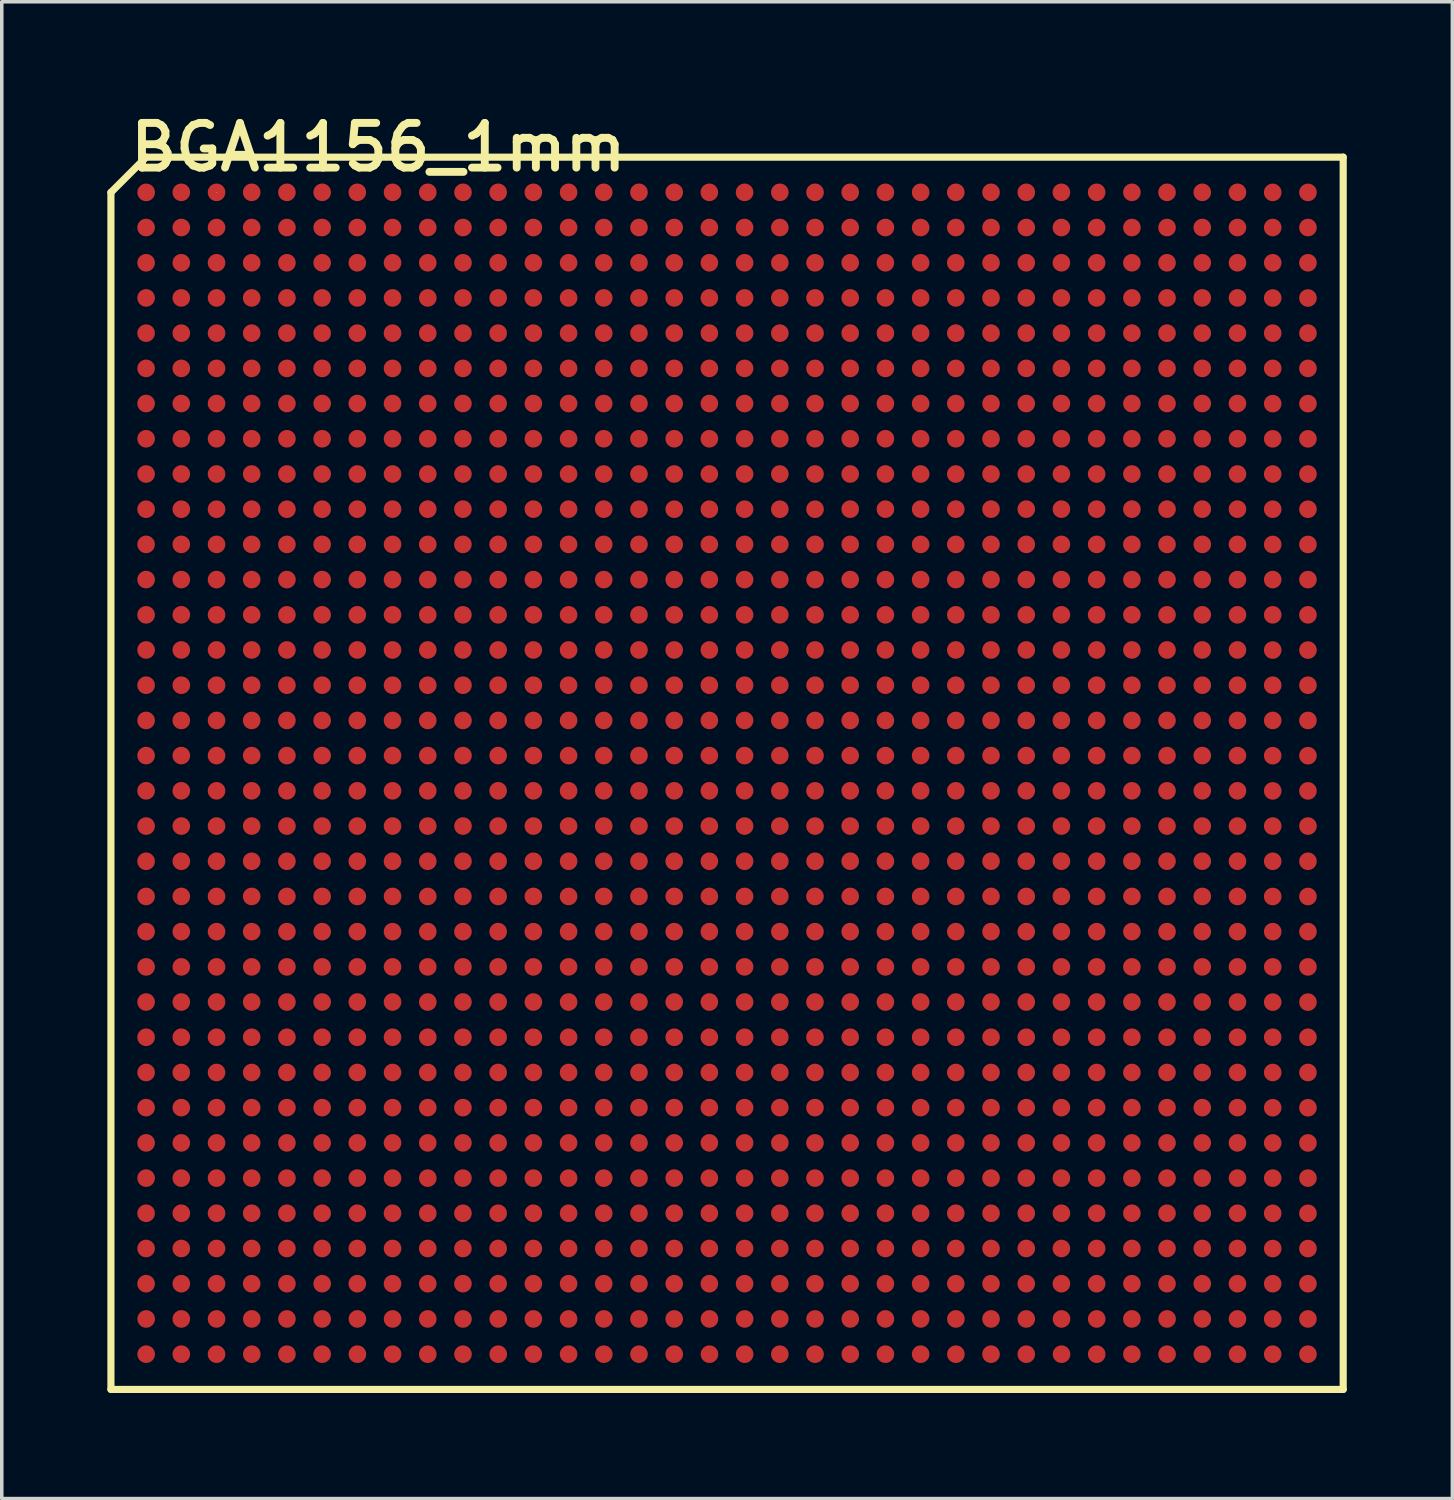
<source format=kicad_pcb>
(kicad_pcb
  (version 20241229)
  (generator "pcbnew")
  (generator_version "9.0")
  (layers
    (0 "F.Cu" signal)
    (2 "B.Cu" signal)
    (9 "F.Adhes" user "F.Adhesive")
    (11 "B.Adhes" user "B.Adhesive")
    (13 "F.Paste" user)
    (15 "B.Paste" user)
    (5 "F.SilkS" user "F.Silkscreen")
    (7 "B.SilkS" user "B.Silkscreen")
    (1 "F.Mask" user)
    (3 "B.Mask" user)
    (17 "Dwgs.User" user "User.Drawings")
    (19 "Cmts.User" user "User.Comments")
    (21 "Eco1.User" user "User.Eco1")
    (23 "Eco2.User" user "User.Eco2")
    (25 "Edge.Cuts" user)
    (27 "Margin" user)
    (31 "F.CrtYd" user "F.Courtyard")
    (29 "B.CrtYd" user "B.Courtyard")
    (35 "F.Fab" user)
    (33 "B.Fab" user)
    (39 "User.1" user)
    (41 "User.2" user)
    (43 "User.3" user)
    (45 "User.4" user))
  (footprint "BGA1156_1mm"
    (layer "F.Cu")
    (at 17.602 18.915)
    (property "Reference" "BGA1156_1mm" (at -9.906 -17.78 0) (layer "F.SilkS") (effects (font (size 1.27 1.27) (thickness 0.224))))
    (attr smd)
    (fp_line (start -17.501 -16.5) (end -17.501 17.501) (stroke (width 0.203) (type solid)) (layer "F.SilkS"))
    (fp_line (start -17.501 17.501) (end 17.501 17.501) (stroke (width 0.203) (type solid)) (layer "F.SilkS"))
    (fp_line (start -16.5 -17.501) (end -17.501 -16.5) (stroke (width 0.203) (type solid)) (layer "F.SilkS"))
    (fp_line (start -15.999 -17.501) (end -16.5 -17.501) (stroke (width 0.203) (type solid)) (layer "F.SilkS"))
    (fp_line (start -14.501 -16.502) (end -14.491 -16.502) (stroke (width 0.013) (type solid)) (layer "F.SilkS"))
    (fp_line (start 17.501 -17.501) (end -15.999 -17.501) (stroke (width 0.203) (type solid)) (layer "F.SilkS"))
    (fp_line (start 17.501 17.501) (end 17.501 -17.501) (stroke (width 0.203) (type solid)) (layer "F.SilkS"))
    (pad "A1" smd circle (at -16.5 -16.5) (size 0.5 0.5) (layers "F.Cu" "F.Mask" "F.Paste"))
    (pad "A2" smd circle (at -15.502 -16.502) (size 0.5 0.5) (layers "F.Cu" "F.Mask" "F.Paste"))
    (pad "A3" smd circle (at -14.501 -16.502) (size 0.5 0.5) (layers "F.Cu" "F.Mask" "F.Paste"))
    (pad "A4" smd circle (at -13.503 -16.502) (size 0.5 0.5) (layers "F.Cu" "F.Mask" "F.Paste"))
    (pad "A5" smd circle (at -12.502 -16.502) (size 0.5 0.5) (layers "F.Cu" "F.Mask" "F.Paste"))
    (pad "A6" smd circle (at -11.501 -16.502) (size 0.5 0.5) (layers "F.Cu" "F.Mask" "F.Paste"))
    (pad "A7" smd circle (at -10.503 -16.502) (size 0.5 0.5) (layers "F.Cu" "F.Mask" "F.Paste"))
    (pad "A8" smd circle (at -9.502 -16.502) (size 0.5 0.5) (layers "F.Cu" "F.Mask" "F.Paste"))
    (pad "A9" smd circle (at -8.501 -16.502) (size 0.5 0.5) (layers "F.Cu" "F.Mask" "F.Paste"))
    (pad "A10" smd circle (at -7.501 -16.502) (size 0.5 0.5) (layers "F.Cu" "F.Mask" "F.Paste"))
    (pad "A11" smd circle (at -6.502 -16.502) (size 0.5 0.5) (layers "F.Cu" "F.Mask" "F.Paste"))
    (pad "A12" smd circle (at -5.502 -16.502) (size 0.5 0.5) (layers "F.Cu" "F.Mask" "F.Paste"))
    (pad "A13" smd circle (at -4.501 -16.502) (size 0.5 0.5) (layers "F.Cu" "F.Mask" "F.Paste"))
    (pad "A14" smd circle (at -3.503 -16.502) (size 0.5 0.5) (layers "F.Cu" "F.Mask" "F.Paste"))
    (pad "A15" smd circle (at -2.502 -16.502) (size 0.5 0.5) (layers "F.Cu" "F.Mask" "F.Paste"))
    (pad "A16" smd circle (at -1.501 -16.502) (size 0.5 0.5) (layers "F.Cu" "F.Mask" "F.Paste"))
    (pad "A17" smd circle (at -0.503 -16.502) (size 0.5 0.5) (layers "F.Cu" "F.Mask" "F.Paste"))
    (pad "A18" smd circle (at 0.498 -16.502) (size 0.5 0.5) (layers "F.Cu" "F.Mask" "F.Paste"))
    (pad "A19" smd circle (at 1.499 -16.502) (size 0.5 0.5) (layers "F.Cu" "F.Mask" "F.Paste"))
    (pad "A20" smd circle (at 2.499 -16.502) (size 0.5 0.5) (layers "F.Cu" "F.Mask" "F.Paste"))
    (pad "A21" smd circle (at 3.498 -16.502) (size 0.5 0.5) (layers "F.Cu" "F.Mask" "F.Paste"))
    (pad "A22" smd circle (at 4.498 -16.502) (size 0.5 0.5) (layers "F.Cu" "F.Mask" "F.Paste"))
    (pad "A23" smd circle (at 5.499 -16.502) (size 0.5 0.5) (layers "F.Cu" "F.Mask" "F.Paste"))
    (pad "A24" smd circle (at 6.497 -16.502) (size 0.5 0.5) (layers "F.Cu" "F.Mask" "F.Paste"))
    (pad "A25" smd circle (at 7.498 -16.502) (size 0.5 0.5) (layers "F.Cu" "F.Mask" "F.Paste"))
    (pad "A26" smd circle (at 8.499 -16.502) (size 0.5 0.5) (layers "F.Cu" "F.Mask" "F.Paste"))
    (pad "A27" smd circle (at 9.497 -16.502) (size 0.5 0.5) (layers "F.Cu" "F.Mask" "F.Paste"))
    (pad "A28" smd circle (at 10.498 -16.502) (size 0.5 0.5) (layers "F.Cu" "F.Mask" "F.Paste"))
    (pad "A29" smd circle (at 11.499 -16.502) (size 0.5 0.5) (layers "F.Cu" "F.Mask" "F.Paste"))
    (pad "A30" smd circle (at 12.497 -16.502) (size 0.5 0.5) (layers "F.Cu" "F.Mask" "F.Paste"))
    (pad "A31" smd circle (at 13.498 -16.502) (size 0.5 0.5) (layers "F.Cu" "F.Mask" "F.Paste"))
    (pad "A32" smd circle (at 14.498 -16.502) (size 0.5 0.5) (layers "F.Cu" "F.Mask" "F.Paste"))
    (pad "A33" smd circle (at 15.499 -16.5) (size 0.5 0.5) (layers "F.Cu" "F.Mask" "F.Paste"))
    (pad "A34" smd circle (at 16.5 -16.5) (size 0.5 0.5) (layers "F.Cu" "F.Mask" "F.Paste"))
    (pad "AA1" smd circle (at -16.502 3.498) (size 0.5 0.5) (layers "F.Cu" "F.Mask" "F.Paste"))
    (pad "AA2" smd circle (at -15.502 3.498) (size 0.5 0.5) (layers "F.Cu" "F.Mask" "F.Paste"))
    (pad "AA3" smd circle (at -14.501 3.498) (size 0.5 0.5) (layers "F.Cu" "F.Mask" "F.Paste"))
    (pad "AA4" smd circle (at -13.503 3.498) (size 0.5 0.5) (layers "F.Cu" "F.Mask" "F.Paste"))
    (pad "AA5" smd circle (at -12.502 3.498) (size 0.5 0.5) (layers "F.Cu" "F.Mask" "F.Paste"))
    (pad "AA6" smd circle (at -11.501 3.498) (size 0.5 0.5) (layers "F.Cu" "F.Mask" "F.Paste"))
    (pad "AA7" smd circle (at -10.503 3.498) (size 0.5 0.5) (layers "F.Cu" "F.Mask" "F.Paste"))
    (pad "AA8" smd circle (at -9.502 3.498) (size 0.5 0.5) (layers "F.Cu" "F.Mask" "F.Paste"))
    (pad "AA9" smd circle (at -8.501 3.498) (size 0.5 0.5) (layers "F.Cu" "F.Mask" "F.Paste"))
    (pad "AA10" smd circle (at -7.503 3.498) (size 0.5 0.5) (layers "F.Cu" "F.Mask" "F.Paste"))
    (pad "AA11" smd circle (at -6.502 3.498) (size 0.5 0.5) (layers "F.Cu" "F.Mask" "F.Paste"))
    (pad "AA12" smd circle (at -5.502 3.498) (size 0.5 0.5) (layers "F.Cu" "F.Mask" "F.Paste"))
    (pad "AA13" smd circle (at -4.501 3.498) (size 0.5 0.5) (layers "F.Cu" "F.Mask" "F.Paste"))
    (pad "AA14" smd circle (at -3.503 3.498) (size 0.5 0.5) (layers "F.Cu" "F.Mask" "F.Paste"))
    (pad "AA15" smd circle (at -2.502 3.498) (size 0.5 0.5) (layers "F.Cu" "F.Mask" "F.Paste"))
    (pad "AA16" smd circle (at -1.501 3.498) (size 0.5 0.5) (layers "F.Cu" "F.Mask" "F.Paste"))
    (pad "AA17" smd circle (at -0.503 3.498) (size 0.5 0.5) (layers "F.Cu" "F.Mask" "F.Paste"))
    (pad "AA18" smd circle (at 0.498 3.498) (size 0.5 0.5) (layers "F.Cu" "F.Mask" "F.Paste"))
    (pad "AA19" smd circle (at 1.499 3.498) (size 0.5 0.5) (layers "F.Cu" "F.Mask" "F.Paste"))
    (pad "AA20" smd circle (at 2.497 3.498) (size 0.5 0.5) (layers "F.Cu" "F.Mask" "F.Paste"))
    (pad "AA21" smd circle (at 3.498 3.498) (size 0.5 0.5) (layers "F.Cu" "F.Mask" "F.Paste"))
    (pad "AA22" smd circle (at 4.498 3.498) (size 0.5 0.5) (layers "F.Cu" "F.Mask" "F.Paste"))
    (pad "AA23" smd circle (at 5.499 3.498) (size 0.5 0.5) (layers "F.Cu" "F.Mask" "F.Paste"))
    (pad "AA24" smd circle (at 6.497 3.498) (size 0.5 0.5) (layers "F.Cu" "F.Mask" "F.Paste"))
    (pad "AA25" smd circle (at 7.498 3.498) (size 0.5 0.5) (layers "F.Cu" "F.Mask" "F.Paste"))
    (pad "AA26" smd circle (at 8.499 3.498) (size 0.5 0.5) (layers "F.Cu" "F.Mask" "F.Paste"))
    (pad "AA27" smd circle (at 9.497 3.498) (size 0.5 0.5) (layers "F.Cu" "F.Mask" "F.Paste"))
    (pad "AA28" smd circle (at 10.498 3.498) (size 0.5 0.5) (layers "F.Cu" "F.Mask" "F.Paste"))
    (pad "AA29" smd circle (at 11.499 3.498) (size 0.5 0.5) (layers "F.Cu" "F.Mask" "F.Paste"))
    (pad "AA30" smd circle (at 12.497 3.498) (size 0.5 0.5) (layers "F.Cu" "F.Mask" "F.Paste"))
    (pad "AA31" smd circle (at 13.498 3.498) (size 0.5 0.5) (layers "F.Cu" "F.Mask" "F.Paste"))
    (pad "AA32" smd circle (at 14.498 3.498) (size 0.5 0.5) (layers "F.Cu" "F.Mask" "F.Paste"))
    (pad "AA33" smd circle (at 15.499 3.5) (size 0.5 0.5) (layers "F.Cu" "F.Mask" "F.Paste"))
    (pad "AA34" smd circle (at 16.5 3.5) (size 0.5 0.5) (layers "F.Cu" "F.Mask" "F.Paste"))
    (pad "AB1" smd circle (at -16.502 4.498) (size 0.5 0.5) (layers "F.Cu" "F.Mask" "F.Paste"))
    (pad "AB2" smd circle (at -15.502 4.498) (size 0.5 0.5) (layers "F.Cu" "F.Mask" "F.Paste"))
    (pad "AB3" smd circle (at -14.501 4.498) (size 0.5 0.5) (layers "F.Cu" "F.Mask" "F.Paste"))
    (pad "AB4" smd circle (at -13.503 4.498) (size 0.5 0.5) (layers "F.Cu" "F.Mask" "F.Paste"))
    (pad "AB5" smd circle (at -12.502 4.498) (size 0.5 0.5) (layers "F.Cu" "F.Mask" "F.Paste"))
    (pad "AB6" smd circle (at -11.501 4.498) (size 0.5 0.5) (layers "F.Cu" "F.Mask" "F.Paste"))
    (pad "AB7" smd circle (at -10.503 4.498) (size 0.5 0.5) (layers "F.Cu" "F.Mask" "F.Paste"))
    (pad "AB8" smd circle (at -9.502 4.498) (size 0.5 0.5) (layers "F.Cu" "F.Mask" "F.Paste"))
    (pad "AB9" smd circle (at -8.501 4.498) (size 0.5 0.5) (layers "F.Cu" "F.Mask" "F.Paste"))
    (pad "AB10" smd circle (at -7.503 4.498) (size 0.5 0.5) (layers "F.Cu" "F.Mask" "F.Paste"))
    (pad "AB11" smd circle (at -6.502 4.498) (size 0.5 0.5) (layers "F.Cu" "F.Mask" "F.Paste"))
    (pad "AB12" smd circle (at -5.502 4.498) (size 0.5 0.5) (layers "F.Cu" "F.Mask" "F.Paste"))
    (pad "AB13" smd circle (at -4.501 4.498) (size 0.5 0.5) (layers "F.Cu" "F.Mask" "F.Paste"))
    (pad "AB14" smd circle (at -3.503 4.498) (size 0.5 0.5) (layers "F.Cu" "F.Mask" "F.Paste"))
    (pad "AB15" smd circle (at -2.502 4.498) (size 0.5 0.5) (layers "F.Cu" "F.Mask" "F.Paste"))
    (pad "AB16" smd circle (at -1.501 4.498) (size 0.5 0.5) (layers "F.Cu" "F.Mask" "F.Paste"))
    (pad "AB17" smd circle (at -0.503 4.498) (size 0.5 0.5) (layers "F.Cu" "F.Mask" "F.Paste"))
    (pad "AB18" smd circle (at 0.498 4.498) (size 0.5 0.5) (layers "F.Cu" "F.Mask" "F.Paste"))
    (pad "AB19" smd circle (at 1.499 4.498) (size 0.5 0.5) (layers "F.Cu" "F.Mask" "F.Paste"))
    (pad "AB20" smd circle (at 2.497 4.498) (size 0.5 0.5) (layers "F.Cu" "F.Mask" "F.Paste"))
    (pad "AB21" smd circle (at 3.498 4.498) (size 0.5 0.5) (layers "F.Cu" "F.Mask" "F.Paste"))
    (pad "AB22" smd circle (at 4.498 4.498) (size 0.5 0.5) (layers "F.Cu" "F.Mask" "F.Paste"))
    (pad "AB23" smd circle (at 5.499 4.498) (size 0.5 0.5) (layers "F.Cu" "F.Mask" "F.Paste"))
    (pad "AB24" smd circle (at 6.497 4.498) (size 0.5 0.5) (layers "F.Cu" "F.Mask" "F.Paste"))
    (pad "AB25" smd circle (at 7.498 4.498) (size 0.5 0.5) (layers "F.Cu" "F.Mask" "F.Paste"))
    (pad "AB26" smd circle (at 8.499 4.498) (size 0.5 0.5) (layers "F.Cu" "F.Mask" "F.Paste"))
    (pad "AB27" smd circle (at 9.497 4.498) (size 0.5 0.5) (layers "F.Cu" "F.Mask" "F.Paste"))
    (pad "AB28" smd circle (at 10.498 4.498) (size 0.5 0.5) (layers "F.Cu" "F.Mask" "F.Paste"))
    (pad "AB29" smd circle (at 11.499 4.498) (size 0.5 0.5) (layers "F.Cu" "F.Mask" "F.Paste"))
    (pad "AB30" smd circle (at 12.497 4.498) (size 0.5 0.5) (layers "F.Cu" "F.Mask" "F.Paste"))
    (pad "AB31" smd circle (at 13.498 4.498) (size 0.5 0.5) (layers "F.Cu" "F.Mask" "F.Paste"))
    (pad "AB32" smd circle (at 14.498 4.498) (size 0.5 0.5) (layers "F.Cu" "F.Mask" "F.Paste"))
    (pad "AB33" smd circle (at 15.499 4.498) (size 0.5 0.5) (layers "F.Cu" "F.Mask" "F.Paste"))
    (pad "AB34" smd circle (at 16.5 4.498) (size 0.5 0.5) (layers "F.Cu" "F.Mask" "F.Paste"))
    (pad "AC1" smd circle (at -16.502 5.499) (size 0.5 0.5) (layers "F.Cu" "F.Mask" "F.Paste"))
    (pad "AC2" smd circle (at -15.502 5.499) (size 0.5 0.5) (layers "F.Cu" "F.Mask" "F.Paste"))
    (pad "AC3" smd circle (at -14.501 5.499) (size 0.5 0.5) (layers "F.Cu" "F.Mask" "F.Paste"))
    (pad "AC4" smd circle (at -13.503 5.499) (size 0.5 0.5) (layers "F.Cu" "F.Mask" "F.Paste"))
    (pad "AC5" smd circle (at -12.502 5.499) (size 0.5 0.5) (layers "F.Cu" "F.Mask" "F.Paste"))
    (pad "AC6" smd circle (at -11.501 5.499) (size 0.5 0.5) (layers "F.Cu" "F.Mask" "F.Paste"))
    (pad "AC7" smd circle (at -10.503 5.499) (size 0.5 0.5) (layers "F.Cu" "F.Mask" "F.Paste"))
    (pad "AC8" smd circle (at -9.502 5.499) (size 0.5 0.5) (layers "F.Cu" "F.Mask" "F.Paste"))
    (pad "AC9" smd circle (at -8.501 5.499) (size 0.5 0.5) (layers "F.Cu" "F.Mask" "F.Paste"))
    (pad "AC10" smd circle (at -7.503 5.499) (size 0.5 0.5) (layers "F.Cu" "F.Mask" "F.Paste"))
    (pad "AC11" smd circle (at -6.502 5.499) (size 0.5 0.5) (layers "F.Cu" "F.Mask" "F.Paste"))
    (pad "AC12" smd circle (at -5.502 5.499) (size 0.5 0.5) (layers "F.Cu" "F.Mask" "F.Paste"))
    (pad "AC13" smd circle (at -4.501 5.499) (size 0.5 0.5) (layers "F.Cu" "F.Mask" "F.Paste"))
    (pad "AC14" smd circle (at -3.503 5.499) (size 0.5 0.5) (layers "F.Cu" "F.Mask" "F.Paste"))
    (pad "AC15" smd circle (at -2.502 5.499) (size 0.5 0.5) (layers "F.Cu" "F.Mask" "F.Paste"))
    (pad "AC16" smd circle (at -1.501 5.499) (size 0.5 0.5) (layers "F.Cu" "F.Mask" "F.Paste"))
    (pad "AC17" smd circle (at -0.503 5.499) (size 0.5 0.5) (layers "F.Cu" "F.Mask" "F.Paste"))
    (pad "AC18" smd circle (at 0.498 5.499) (size 0.5 0.5) (layers "F.Cu" "F.Mask" "F.Paste"))
    (pad "AC19" smd circle (at 1.499 5.499) (size 0.5 0.5) (layers "F.Cu" "F.Mask" "F.Paste"))
    (pad "AC20" smd circle (at 2.497 5.499) (size 0.5 0.5) (layers "F.Cu" "F.Mask" "F.Paste"))
    (pad "AC21" smd circle (at 3.498 5.499) (size 0.5 0.5) (layers "F.Cu" "F.Mask" "F.Paste"))
    (pad "AC22" smd circle (at 4.498 5.499) (size 0.5 0.5) (layers "F.Cu" "F.Mask" "F.Paste"))
    (pad "AC23" smd circle (at 5.499 5.499) (size 0.5 0.5) (layers "F.Cu" "F.Mask" "F.Paste"))
    (pad "AC24" smd circle (at 6.497 5.499) (size 0.5 0.5) (layers "F.Cu" "F.Mask" "F.Paste"))
    (pad "AC25" smd circle (at 7.498 5.499) (size 0.5 0.5) (layers "F.Cu" "F.Mask" "F.Paste"))
    (pad "AC26" smd circle (at 8.499 5.499) (size 0.5 0.5) (layers "F.Cu" "F.Mask" "F.Paste"))
    (pad "AC27" smd circle (at 9.497 5.499) (size 0.5 0.5) (layers "F.Cu" "F.Mask" "F.Paste"))
    (pad "AC28" smd circle (at 10.498 5.499) (size 0.5 0.5) (layers "F.Cu" "F.Mask" "F.Paste"))
    (pad "AC29" smd circle (at 11.499 5.499) (size 0.5 0.5) (layers "F.Cu" "F.Mask" "F.Paste"))
    (pad "AC30" smd circle (at 12.497 5.499) (size 0.5 0.5) (layers "F.Cu" "F.Mask" "F.Paste"))
    (pad "AC31" smd circle (at 13.498 5.499) (size 0.5 0.5) (layers "F.Cu" "F.Mask" "F.Paste"))
    (pad "AC32" smd circle (at 14.498 5.499) (size 0.5 0.5) (layers "F.Cu" "F.Mask" "F.Paste"))
    (pad "AC33" smd circle (at 15.499 5.499) (size 0.5 0.5) (layers "F.Cu" "F.Mask" "F.Paste"))
    (pad "AC34" smd circle (at 16.5 5.499) (size 0.5 0.5) (layers "F.Cu" "F.Mask" "F.Paste"))
    (pad "AD1" smd circle (at -16.502 6.497) (size 0.5 0.5) (layers "F.Cu" "F.Mask" "F.Paste"))
    (pad "AD2" smd circle (at -15.502 6.497) (size 0.5 0.5) (layers "F.Cu" "F.Mask" "F.Paste"))
    (pad "AD3" smd circle (at -14.501 6.497) (size 0.5 0.5) (layers "F.Cu" "F.Mask" "F.Paste"))
    (pad "AD4" smd circle (at -13.503 6.497) (size 0.5 0.5) (layers "F.Cu" "F.Mask" "F.Paste"))
    (pad "AD5" smd circle (at -12.502 6.497) (size 0.5 0.5) (layers "F.Cu" "F.Mask" "F.Paste"))
    (pad "AD6" smd circle (at -11.501 6.497) (size 0.5 0.5) (layers "F.Cu" "F.Mask" "F.Paste"))
    (pad "AD7" smd circle (at -10.503 6.497) (size 0.5 0.5) (layers "F.Cu" "F.Mask" "F.Paste"))
    (pad "AD8" smd circle (at -9.502 6.497) (size 0.5 0.5) (layers "F.Cu" "F.Mask" "F.Paste"))
    (pad "AD9" smd circle (at -8.501 6.497) (size 0.5 0.5) (layers "F.Cu" "F.Mask" "F.Paste"))
    (pad "AD10" smd circle (at -7.503 6.497) (size 0.5 0.5) (layers "F.Cu" "F.Mask" "F.Paste"))
    (pad "AD11" smd circle (at -6.502 6.497) (size 0.5 0.5) (layers "F.Cu" "F.Mask" "F.Paste"))
    (pad "AD12" smd circle (at -5.502 6.497) (size 0.5 0.5) (layers "F.Cu" "F.Mask" "F.Paste"))
    (pad "AD13" smd circle (at -4.501 6.497) (size 0.5 0.5) (layers "F.Cu" "F.Mask" "F.Paste"))
    (pad "AD14" smd circle (at -3.503 6.497) (size 0.5 0.5) (layers "F.Cu" "F.Mask" "F.Paste"))
    (pad "AD15" smd circle (at -2.502 6.497) (size 0.5 0.5) (layers "F.Cu" "F.Mask" "F.Paste"))
    (pad "AD16" smd circle (at -1.501 6.497) (size 0.5 0.5) (layers "F.Cu" "F.Mask" "F.Paste"))
    (pad "AD17" smd circle (at -0.503 6.497) (size 0.5 0.5) (layers "F.Cu" "F.Mask" "F.Paste"))
    (pad "AD18" smd circle (at 0.498 6.497) (size 0.5 0.5) (layers "F.Cu" "F.Mask" "F.Paste"))
    (pad "AD19" smd circle (at 1.499 6.497) (size 0.5 0.5) (layers "F.Cu" "F.Mask" "F.Paste"))
    (pad "AD20" smd circle (at 2.497 6.497) (size 0.5 0.5) (layers "F.Cu" "F.Mask" "F.Paste"))
    (pad "AD21" smd circle (at 3.498 6.497) (size 0.5 0.5) (layers "F.Cu" "F.Mask" "F.Paste"))
    (pad "AD22" smd circle (at 4.498 6.497) (size 0.5 0.5) (layers "F.Cu" "F.Mask" "F.Paste"))
    (pad "AD23" smd circle (at 5.499 6.497) (size 0.5 0.5) (layers "F.Cu" "F.Mask" "F.Paste"))
    (pad "AD24" smd circle (at 6.497 6.497) (size 0.5 0.5) (layers "F.Cu" "F.Mask" "F.Paste"))
    (pad "AD25" smd circle (at 7.498 6.497) (size 0.5 0.5) (layers "F.Cu" "F.Mask" "F.Paste"))
    (pad "AD26" smd circle (at 8.499 6.497) (size 0.5 0.5) (layers "F.Cu" "F.Mask" "F.Paste"))
    (pad "AD27" smd circle (at 9.497 6.497) (size 0.5 0.5) (layers "F.Cu" "F.Mask" "F.Paste"))
    (pad "AD28" smd circle (at 10.498 6.497) (size 0.5 0.5) (layers "F.Cu" "F.Mask" "F.Paste"))
    (pad "AD29" smd circle (at 11.499 6.497) (size 0.5 0.5) (layers "F.Cu" "F.Mask" "F.Paste"))
    (pad "AD30" smd circle (at 12.497 6.497) (size 0.5 0.5) (layers "F.Cu" "F.Mask" "F.Paste"))
    (pad "AD31" smd circle (at 13.498 6.497) (size 0.5 0.5) (layers "F.Cu" "F.Mask" "F.Paste"))
    (pad "AD32" smd circle (at 14.498 6.497) (size 0.5 0.5) (layers "F.Cu" "F.Mask" "F.Paste"))
    (pad "AD33" smd circle (at 15.499 6.5) (size 0.5 0.5) (layers "F.Cu" "F.Mask" "F.Paste"))
    (pad "AD34" smd circle (at 16.5 6.5) (size 0.5 0.5) (layers "F.Cu" "F.Mask" "F.Paste"))
    (pad "AE1" smd circle (at -16.502 7.498) (size 0.5 0.5) (layers "F.Cu" "F.Mask" "F.Paste"))
    (pad "AE2" smd circle (at -15.502 7.498) (size 0.5 0.5) (layers "F.Cu" "F.Mask" "F.Paste"))
    (pad "AE3" smd circle (at -14.501 7.498) (size 0.5 0.5) (layers "F.Cu" "F.Mask" "F.Paste"))
    (pad "AE4" smd circle (at -13.503 7.498) (size 0.5 0.5) (layers "F.Cu" "F.Mask" "F.Paste"))
    (pad "AE5" smd circle (at -12.502 7.498) (size 0.5 0.5) (layers "F.Cu" "F.Mask" "F.Paste"))
    (pad "AE6" smd circle (at -11.501 7.498) (size 0.5 0.5) (layers "F.Cu" "F.Mask" "F.Paste"))
    (pad "AE7" smd circle (at -10.503 7.498) (size 0.5 0.5) (layers "F.Cu" "F.Mask" "F.Paste"))
    (pad "AE8" smd circle (at -9.502 7.498) (size 0.5 0.5) (layers "F.Cu" "F.Mask" "F.Paste"))
    (pad "AE9" smd circle (at -8.501 7.498) (size 0.5 0.5) (layers "F.Cu" "F.Mask" "F.Paste"))
    (pad "AE10" smd circle (at -7.503 7.498) (size 0.5 0.5) (layers "F.Cu" "F.Mask" "F.Paste"))
    (pad "AE11" smd circle (at -6.502 7.498) (size 0.5 0.5) (layers "F.Cu" "F.Mask" "F.Paste"))
    (pad "AE12" smd circle (at -5.502 7.498) (size 0.5 0.5) (layers "F.Cu" "F.Mask" "F.Paste"))
    (pad "AE13" smd circle (at -4.501 7.498) (size 0.5 0.5) (layers "F.Cu" "F.Mask" "F.Paste"))
    (pad "AE14" smd circle (at -3.503 7.498) (size 0.5 0.5) (layers "F.Cu" "F.Mask" "F.Paste"))
    (pad "AE15" smd circle (at -2.502 7.498) (size 0.5 0.5) (layers "F.Cu" "F.Mask" "F.Paste"))
    (pad "AE16" smd circle (at -1.501 7.498) (size 0.5 0.5) (layers "F.Cu" "F.Mask" "F.Paste"))
    (pad "AE17" smd circle (at -0.503 7.498) (size 0.5 0.5) (layers "F.Cu" "F.Mask" "F.Paste"))
    (pad "AE18" smd circle (at 0.498 7.498) (size 0.5 0.5) (layers "F.Cu" "F.Mask" "F.Paste"))
    (pad "AE19" smd circle (at 1.499 7.498) (size 0.5 0.5) (layers "F.Cu" "F.Mask" "F.Paste"))
    (pad "AE20" smd circle (at 2.497 7.498) (size 0.5 0.5) (layers "F.Cu" "F.Mask" "F.Paste"))
    (pad "AE21" smd circle (at 3.498 7.498) (size 0.5 0.5) (layers "F.Cu" "F.Mask" "F.Paste"))
    (pad "AE22" smd circle (at 4.498 7.498) (size 0.5 0.5) (layers "F.Cu" "F.Mask" "F.Paste"))
    (pad "AE23" smd circle (at 5.499 7.498) (size 0.5 0.5) (layers "F.Cu" "F.Mask" "F.Paste"))
    (pad "AE24" smd circle (at 6.497 7.498) (size 0.5 0.5) (layers "F.Cu" "F.Mask" "F.Paste"))
    (pad "AE25" smd circle (at 7.498 7.498) (size 0.5 0.5) (layers "F.Cu" "F.Mask" "F.Paste"))
    (pad "AE26" smd circle (at 8.499 7.498) (size 0.5 0.5) (layers "F.Cu" "F.Mask" "F.Paste"))
    (pad "AE27" smd circle (at 9.497 7.498) (size 0.5 0.5) (layers "F.Cu" "F.Mask" "F.Paste"))
    (pad "AE28" smd circle (at 10.498 7.498) (size 0.5 0.5) (layers "F.Cu" "F.Mask" "F.Paste"))
    (pad "AE29" smd circle (at 11.499 7.498) (size 0.5 0.5) (layers "F.Cu" "F.Mask" "F.Paste"))
    (pad "AE30" smd circle (at 12.497 7.498) (size 0.5 0.5) (layers "F.Cu" "F.Mask" "F.Paste"))
    (pad "AE31" smd circle (at 13.498 7.498) (size 0.5 0.5) (layers "F.Cu" "F.Mask" "F.Paste"))
    (pad "AE32" smd circle (at 14.498 7.498) (size 0.5 0.5) (layers "F.Cu" "F.Mask" "F.Paste"))
    (pad "AE33" smd circle (at 15.499 7.498) (size 0.5 0.5) (layers "F.Cu" "F.Mask" "F.Paste"))
    (pad "AE34" smd circle (at 16.5 7.498) (size 0.5 0.5) (layers "F.Cu" "F.Mask" "F.Paste"))
    (pad "AF1" smd circle (at -16.502 8.499) (size 0.5 0.5) (layers "F.Cu" "F.Mask" "F.Paste"))
    (pad "AF2" smd circle (at -15.502 8.499) (size 0.5 0.5) (layers "F.Cu" "F.Mask" "F.Paste"))
    (pad "AF3" smd circle (at -14.501 8.499) (size 0.5 0.5) (layers "F.Cu" "F.Mask" "F.Paste"))
    (pad "AF4" smd circle (at -13.503 8.499) (size 0.5 0.5) (layers "F.Cu" "F.Mask" "F.Paste"))
    (pad "AF5" smd circle (at -12.502 8.499) (size 0.5 0.5) (layers "F.Cu" "F.Mask" "F.Paste"))
    (pad "AF6" smd circle (at -11.501 8.499) (size 0.5 0.5) (layers "F.Cu" "F.Mask" "F.Paste"))
    (pad "AF7" smd circle (at -10.503 8.499) (size 0.5 0.5) (layers "F.Cu" "F.Mask" "F.Paste"))
    (pad "AF8" smd circle (at -9.502 8.499) (size 0.5 0.5) (layers "F.Cu" "F.Mask" "F.Paste"))
    (pad "AF9" smd circle (at -8.501 8.499) (size 0.5 0.5) (layers "F.Cu" "F.Mask" "F.Paste"))
    (pad "AF10" smd circle (at -7.503 8.499) (size 0.5 0.5) (layers "F.Cu" "F.Mask" "F.Paste"))
    (pad "AF11" smd circle (at -6.502 8.499) (size 0.5 0.5) (layers "F.Cu" "F.Mask" "F.Paste"))
    (pad "AF12" smd circle (at -5.502 8.499) (size 0.5 0.5) (layers "F.Cu" "F.Mask" "F.Paste"))
    (pad "AF13" smd circle (at -4.501 8.499) (size 0.5 0.5) (layers "F.Cu" "F.Mask" "F.Paste"))
    (pad "AF14" smd circle (at -3.503 8.499) (size 0.5 0.5) (layers "F.Cu" "F.Mask" "F.Paste"))
    (pad "AF15" smd circle (at -2.502 8.499) (size 0.5 0.5) (layers "F.Cu" "F.Mask" "F.Paste"))
    (pad "AF16" smd circle (at -1.501 8.499) (size 0.5 0.5) (layers "F.Cu" "F.Mask" "F.Paste"))
    (pad "AF17" smd circle (at -0.503 8.499) (size 0.5 0.5) (layers "F.Cu" "F.Mask" "F.Paste"))
    (pad "AF18" smd circle (at 0.498 8.499) (size 0.5 0.5) (layers "F.Cu" "F.Mask" "F.Paste"))
    (pad "AF19" smd circle (at 1.499 8.499) (size 0.5 0.5) (layers "F.Cu" "F.Mask" "F.Paste"))
    (pad "AF20" smd circle (at 2.497 8.499) (size 0.5 0.5) (layers "F.Cu" "F.Mask" "F.Paste"))
    (pad "AF21" smd circle (at 3.498 8.499) (size 0.5 0.5) (layers "F.Cu" "F.Mask" "F.Paste"))
    (pad "AF22" smd circle (at 4.498 8.499) (size 0.5 0.5) (layers "F.Cu" "F.Mask" "F.Paste"))
    (pad "AF23" smd circle (at 5.499 8.499) (size 0.5 0.5) (layers "F.Cu" "F.Mask" "F.Paste"))
    (pad "AF24" smd circle (at 6.497 8.499) (size 0.5 0.5) (layers "F.Cu" "F.Mask" "F.Paste"))
    (pad "AF25" smd circle (at 7.498 8.499) (size 0.5 0.5) (layers "F.Cu" "F.Mask" "F.Paste"))
    (pad "AF26" smd circle (at 8.499 8.499) (size 0.5 0.5) (layers "F.Cu" "F.Mask" "F.Paste"))
    (pad "AF27" smd circle (at 9.497 8.499) (size 0.5 0.5) (layers "F.Cu" "F.Mask" "F.Paste"))
    (pad "AF28" smd circle (at 10.498 8.499) (size 0.5 0.5) (layers "F.Cu" "F.Mask" "F.Paste"))
    (pad "AF29" smd circle (at 11.499 8.499) (size 0.5 0.5) (layers "F.Cu" "F.Mask" "F.Paste"))
    (pad "AF30" smd circle (at 12.497 8.499) (size 0.5 0.5) (layers "F.Cu" "F.Mask" "F.Paste"))
    (pad "AF31" smd circle (at 13.498 8.499) (size 0.5 0.5) (layers "F.Cu" "F.Mask" "F.Paste"))
    (pad "AF32" smd circle (at 14.498 8.499) (size 0.5 0.5) (layers "F.Cu" "F.Mask" "F.Paste"))
    (pad "AF33" smd circle (at 15.499 8.499) (size 0.5 0.5) (layers "F.Cu" "F.Mask" "F.Paste"))
    (pad "AF34" smd circle (at 16.5 8.499) (size 0.5 0.5) (layers "F.Cu" "F.Mask" "F.Paste"))
    (pad "AG1" smd circle (at -16.502 9.497) (size 0.5 0.5) (layers "F.Cu" "F.Mask" "F.Paste"))
    (pad "AG2" smd circle (at -15.502 9.497) (size 0.5 0.5) (layers "F.Cu" "F.Mask" "F.Paste"))
    (pad "AG3" smd circle (at -14.501 9.497) (size 0.5 0.5) (layers "F.Cu" "F.Mask" "F.Paste"))
    (pad "AG4" smd circle (at -13.503 9.497) (size 0.5 0.5) (layers "F.Cu" "F.Mask" "F.Paste"))
    (pad "AG5" smd circle (at -12.502 9.497) (size 0.5 0.5) (layers "F.Cu" "F.Mask" "F.Paste"))
    (pad "AG6" smd circle (at -11.501 9.497) (size 0.5 0.5) (layers "F.Cu" "F.Mask" "F.Paste"))
    (pad "AG7" smd circle (at -10.503 9.497) (size 0.5 0.5) (layers "F.Cu" "F.Mask" "F.Paste"))
    (pad "AG8" smd circle (at -9.502 9.497) (size 0.5 0.5) (layers "F.Cu" "F.Mask" "F.Paste"))
    (pad "AG9" smd circle (at -8.501 9.497) (size 0.5 0.5) (layers "F.Cu" "F.Mask" "F.Paste"))
    (pad "AG10" smd circle (at -7.503 9.497) (size 0.5 0.5) (layers "F.Cu" "F.Mask" "F.Paste"))
    (pad "AG11" smd circle (at -6.502 9.497) (size 0.5 0.5) (layers "F.Cu" "F.Mask" "F.Paste"))
    (pad "AG12" smd circle (at -5.502 9.497) (size 0.5 0.5) (layers "F.Cu" "F.Mask" "F.Paste"))
    (pad "AG13" smd circle (at -4.501 9.497) (size 0.5 0.5) (layers "F.Cu" "F.Mask" "F.Paste"))
    (pad "AG14" smd circle (at -3.503 9.497) (size 0.5 0.5) (layers "F.Cu" "F.Mask" "F.Paste"))
    (pad "AG15" smd circle (at -2.502 9.497) (size 0.5 0.5) (layers "F.Cu" "F.Mask" "F.Paste"))
    (pad "AG16" smd circle (at -1.501 9.497) (size 0.5 0.5) (layers "F.Cu" "F.Mask" "F.Paste"))
    (pad "AG17" smd circle (at -0.503 9.497) (size 0.5 0.5) (layers "F.Cu" "F.Mask" "F.Paste"))
    (pad "AG18" smd circle (at 0.498 9.497) (size 0.5 0.5) (layers "F.Cu" "F.Mask" "F.Paste"))
    (pad "AG19" smd circle (at 1.499 9.497) (size 0.5 0.5) (layers "F.Cu" "F.Mask" "F.Paste"))
    (pad "AG20" smd circle (at 2.497 9.497) (size 0.5 0.5) (layers "F.Cu" "F.Mask" "F.Paste"))
    (pad "AG21" smd circle (at 3.498 9.497) (size 0.5 0.5) (layers "F.Cu" "F.Mask" "F.Paste"))
    (pad "AG22" smd circle (at 4.498 9.497) (size 0.5 0.5) (layers "F.Cu" "F.Mask" "F.Paste"))
    (pad "AG23" smd circle (at 5.499 9.497) (size 0.5 0.5) (layers "F.Cu" "F.Mask" "F.Paste"))
    (pad "AG24" smd circle (at 6.497 9.497) (size 0.5 0.5) (layers "F.Cu" "F.Mask" "F.Paste"))
    (pad "AG25" smd circle (at 7.498 9.497) (size 0.5 0.5) (layers "F.Cu" "F.Mask" "F.Paste"))
    (pad "AG26" smd circle (at 8.499 9.497) (size 0.5 0.5) (layers "F.Cu" "F.Mask" "F.Paste"))
    (pad "AG27" smd circle (at 9.497 9.497) (size 0.5 0.5) (layers "F.Cu" "F.Mask" "F.Paste"))
    (pad "AG28" smd circle (at 10.498 9.497) (size 0.5 0.5) (layers "F.Cu" "F.Mask" "F.Paste"))
    (pad "AG29" smd circle (at 11.499 9.497) (size 0.5 0.5) (layers "F.Cu" "F.Mask" "F.Paste"))
    (pad "AG30" smd circle (at 12.497 9.497) (size 0.5 0.5) (layers "F.Cu" "F.Mask" "F.Paste"))
    (pad "AG31" smd circle (at 13.498 9.497) (size 0.5 0.5) (layers "F.Cu" "F.Mask" "F.Paste"))
    (pad "AG32" smd circle (at 14.498 9.497) (size 0.5 0.5) (layers "F.Cu" "F.Mask" "F.Paste"))
    (pad "AG33" smd circle (at 15.499 9.5) (size 0.5 0.5) (layers "F.Cu" "F.Mask" "F.Paste"))
    (pad "AG34" smd circle (at 16.5 9.5) (size 0.5 0.5) (layers "F.Cu" "F.Mask" "F.Paste"))
    (pad "AH1" smd circle (at -16.502 10.498) (size 0.5 0.5) (layers "F.Cu" "F.Mask" "F.Paste"))
    (pad "AH2" smd circle (at -15.502 10.498) (size 0.5 0.5) (layers "F.Cu" "F.Mask" "F.Paste"))
    (pad "AH3" smd circle (at -14.501 10.498) (size 0.5 0.5) (layers "F.Cu" "F.Mask" "F.Paste"))
    (pad "AH4" smd circle (at -13.503 10.498) (size 0.5 0.5) (layers "F.Cu" "F.Mask" "F.Paste"))
    (pad "AH5" smd circle (at -12.502 10.498) (size 0.5 0.5) (layers "F.Cu" "F.Mask" "F.Paste"))
    (pad "AH6" smd circle (at -11.501 10.498) (size 0.5 0.5) (layers "F.Cu" "F.Mask" "F.Paste"))
    (pad "AH7" smd circle (at -10.503 10.498) (size 0.5 0.5) (layers "F.Cu" "F.Mask" "F.Paste"))
    (pad "AH8" smd circle (at -9.502 10.498) (size 0.5 0.5) (layers "F.Cu" "F.Mask" "F.Paste"))
    (pad "AH9" smd circle (at -8.501 10.498) (size 0.5 0.5) (layers "F.Cu" "F.Mask" "F.Paste"))
    (pad "AH10" smd circle (at -7.503 10.498) (size 0.5 0.5) (layers "F.Cu" "F.Mask" "F.Paste"))
    (pad "AH11" smd circle (at -6.502 10.498) (size 0.5 0.5) (layers "F.Cu" "F.Mask" "F.Paste"))
    (pad "AH12" smd circle (at -5.502 10.498) (size 0.5 0.5) (layers "F.Cu" "F.Mask" "F.Paste"))
    (pad "AH13" smd circle (at -4.501 10.498) (size 0.5 0.5) (layers "F.Cu" "F.Mask" "F.Paste"))
    (pad "AH14" smd circle (at -3.503 10.498) (size 0.5 0.5) (layers "F.Cu" "F.Mask" "F.Paste"))
    (pad "AH15" smd circle (at -2.502 10.498) (size 0.5 0.5) (layers "F.Cu" "F.Mask" "F.Paste"))
    (pad "AH16" smd circle (at -1.501 10.498) (size 0.5 0.5) (layers "F.Cu" "F.Mask" "F.Paste"))
    (pad "AH17" smd circle (at -0.503 10.498) (size 0.5 0.5) (layers "F.Cu" "F.Mask" "F.Paste"))
    (pad "AH18" smd circle (at 0.498 10.498) (size 0.5 0.5) (layers "F.Cu" "F.Mask" "F.Paste"))
    (pad "AH19" smd circle (at 1.499 10.498) (size 0.5 0.5) (layers "F.Cu" "F.Mask" "F.Paste"))
    (pad "AH20" smd circle (at 2.497 10.498) (size 0.5 0.5) (layers "F.Cu" "F.Mask" "F.Paste"))
    (pad "AH21" smd circle (at 3.498 10.498) (size 0.5 0.5) (layers "F.Cu" "F.Mask" "F.Paste"))
    (pad "AH22" smd circle (at 4.498 10.498) (size 0.5 0.5) (layers "F.Cu" "F.Mask" "F.Paste"))
    (pad "AH23" smd circle (at 5.499 10.498) (size 0.5 0.5) (layers "F.Cu" "F.Mask" "F.Paste"))
    (pad "AH24" smd circle (at 6.497 10.498) (size 0.5 0.5) (layers "F.Cu" "F.Mask" "F.Paste"))
    (pad "AH25" smd circle (at 7.498 10.498) (size 0.5 0.5) (layers "F.Cu" "F.Mask" "F.Paste"))
    (pad "AH26" smd circle (at 8.499 10.498) (size 0.5 0.5) (layers "F.Cu" "F.Mask" "F.Paste"))
    (pad "AH27" smd circle (at 9.497 10.498) (size 0.5 0.5) (layers "F.Cu" "F.Mask" "F.Paste"))
    (pad "AH28" smd circle (at 10.498 10.498) (size 0.5 0.5) (layers "F.Cu" "F.Mask" "F.Paste"))
    (pad "AH29" smd circle (at 11.499 10.498) (size 0.5 0.5) (layers "F.Cu" "F.Mask" "F.Paste"))
    (pad "AH30" smd circle (at 12.497 10.498) (size 0.5 0.5) (layers "F.Cu" "F.Mask" "F.Paste"))
    (pad "AH31" smd circle (at 13.498 10.498) (size 0.5 0.5) (layers "F.Cu" "F.Mask" "F.Paste"))
    (pad "AH32" smd circle (at 14.498 10.498) (size 0.5 0.5) (layers "F.Cu" "F.Mask" "F.Paste"))
    (pad "AH33" smd circle (at 15.499 10.5) (size 0.5 0.5) (layers "F.Cu" "F.Mask" "F.Paste"))
    (pad "AH34" smd circle (at 16.5 10.5) (size 0.5 0.5) (layers "F.Cu" "F.Mask" "F.Paste"))
    (pad "AJ1" smd circle (at -16.502 11.499) (size 0.5 0.5) (layers "F.Cu" "F.Mask" "F.Paste"))
    (pad "AJ2" smd circle (at -15.502 11.499) (size 0.5 0.5) (layers "F.Cu" "F.Mask" "F.Paste"))
    (pad "AJ3" smd circle (at -14.501 11.499) (size 0.5 0.5) (layers "F.Cu" "F.Mask" "F.Paste"))
    (pad "AJ4" smd circle (at -13.503 11.499) (size 0.5 0.5) (layers "F.Cu" "F.Mask" "F.Paste"))
    (pad "AJ5" smd circle (at -12.502 11.499) (size 0.5 0.5) (layers "F.Cu" "F.Mask" "F.Paste"))
    (pad "AJ6" smd circle (at -11.501 11.499) (size 0.5 0.5) (layers "F.Cu" "F.Mask" "F.Paste"))
    (pad "AJ7" smd circle (at -10.503 11.499) (size 0.5 0.5) (layers "F.Cu" "F.Mask" "F.Paste"))
    (pad "AJ8" smd circle (at -9.502 11.499) (size 0.5 0.5) (layers "F.Cu" "F.Mask" "F.Paste"))
    (pad "AJ9" smd circle (at -8.501 11.499) (size 0.5 0.5) (layers "F.Cu" "F.Mask" "F.Paste"))
    (pad "AJ10" smd circle (at -7.503 11.499) (size 0.5 0.5) (layers "F.Cu" "F.Mask" "F.Paste"))
    (pad "AJ11" smd circle (at -6.502 11.499) (size 0.5 0.5) (layers "F.Cu" "F.Mask" "F.Paste"))
    (pad "AJ12" smd circle (at -5.502 11.499) (size 0.5 0.5) (layers "F.Cu" "F.Mask" "F.Paste"))
    (pad "AJ13" smd circle (at -4.501 11.499) (size 0.5 0.5) (layers "F.Cu" "F.Mask" "F.Paste"))
    (pad "AJ14" smd circle (at -3.503 11.499) (size 0.5 0.5) (layers "F.Cu" "F.Mask" "F.Paste"))
    (pad "AJ15" smd circle (at -2.502 11.499) (size 0.5 0.5) (layers "F.Cu" "F.Mask" "F.Paste"))
    (pad "AJ16" smd circle (at -1.501 11.499) (size 0.5 0.5) (layers "F.Cu" "F.Mask" "F.Paste"))
    (pad "AJ17" smd circle (at -0.503 11.499) (size 0.5 0.5) (layers "F.Cu" "F.Mask" "F.Paste"))
    (pad "AJ18" smd circle (at 0.498 11.499) (size 0.5 0.5) (layers "F.Cu" "F.Mask" "F.Paste"))
    (pad "AJ19" smd circle (at 1.499 11.499) (size 0.5 0.5) (layers "F.Cu" "F.Mask" "F.Paste"))
    (pad "AJ20" smd circle (at 2.497 11.499) (size 0.5 0.5) (layers "F.Cu" "F.Mask" "F.Paste"))
    (pad "AJ21" smd circle (at 3.498 11.499) (size 0.5 0.5) (layers "F.Cu" "F.Mask" "F.Paste"))
    (pad "AJ22" smd circle (at 4.498 11.499) (size 0.5 0.5) (layers "F.Cu" "F.Mask" "F.Paste"))
    (pad "AJ23" smd circle (at 5.499 11.499) (size 0.5 0.5) (layers "F.Cu" "F.Mask" "F.Paste"))
    (pad "AJ24" smd circle (at 6.497 11.499) (size 0.5 0.5) (layers "F.Cu" "F.Mask" "F.Paste"))
    (pad "AJ25" smd circle (at 7.498 11.499) (size 0.5 0.5) (layers "F.Cu" "F.Mask" "F.Paste"))
    (pad "AJ26" smd circle (at 8.499 11.499) (size 0.5 0.5) (layers "F.Cu" "F.Mask" "F.Paste"))
    (pad "AJ27" smd circle (at 9.497 11.499) (size 0.5 0.5) (layers "F.Cu" "F.Mask" "F.Paste"))
    (pad "AJ28" smd circle (at 10.498 11.499) (size 0.5 0.5) (layers "F.Cu" "F.Mask" "F.Paste"))
    (pad "AJ29" smd circle (at 11.499 11.499) (size 0.5 0.5) (layers "F.Cu" "F.Mask" "F.Paste"))
    (pad "AJ30" smd circle (at 12.497 11.499) (size 0.5 0.5) (layers "F.Cu" "F.Mask" "F.Paste"))
    (pad "AJ31" smd circle (at 13.498 11.499) (size 0.5 0.5) (layers "F.Cu" "F.Mask" "F.Paste"))
    (pad "AJ32" smd circle (at 14.498 11.499) (size 0.5 0.5) (layers "F.Cu" "F.Mask" "F.Paste"))
    (pad "AJ33" smd circle (at 15.499 11.499) (size 0.5 0.5) (layers "F.Cu" "F.Mask" "F.Paste"))
    (pad "AJ34" smd circle (at 16.5 11.499) (size 0.5 0.5) (layers "F.Cu" "F.Mask" "F.Paste"))
    (pad "AK1" smd circle (at -16.502 12.497) (size 0.5 0.5) (layers "F.Cu" "F.Mask" "F.Paste"))
    (pad "AK2" smd circle (at -15.502 12.497) (size 0.5 0.5) (layers "F.Cu" "F.Mask" "F.Paste"))
    (pad "AK3" smd circle (at -14.501 12.497) (size 0.5 0.5) (layers "F.Cu" "F.Mask" "F.Paste"))
    (pad "AK4" smd circle (at -13.503 12.497) (size 0.5 0.5) (layers "F.Cu" "F.Mask" "F.Paste"))
    (pad "AK5" smd circle (at -12.502 12.497) (size 0.5 0.5) (layers "F.Cu" "F.Mask" "F.Paste"))
    (pad "AK6" smd circle (at -11.501 12.497) (size 0.5 0.5) (layers "F.Cu" "F.Mask" "F.Paste"))
    (pad "AK7" smd circle (at -10.503 12.497) (size 0.5 0.5) (layers "F.Cu" "F.Mask" "F.Paste"))
    (pad "AK8" smd circle (at -9.502 12.497) (size 0.5 0.5) (layers "F.Cu" "F.Mask" "F.Paste"))
    (pad "AK9" smd circle (at -8.501 12.497) (size 0.5 0.5) (layers "F.Cu" "F.Mask" "F.Paste"))
    (pad "AK10" smd circle (at -7.503 12.497) (size 0.5 0.5) (layers "F.Cu" "F.Mask" "F.Paste"))
    (pad "AK11" smd circle (at -6.502 12.497) (size 0.5 0.5) (layers "F.Cu" "F.Mask" "F.Paste"))
    (pad "AK12" smd circle (at -5.502 12.497) (size 0.5 0.5) (layers "F.Cu" "F.Mask" "F.Paste"))
    (pad "AK13" smd circle (at -4.501 12.497) (size 0.5 0.5) (layers "F.Cu" "F.Mask" "F.Paste"))
    (pad "AK14" smd circle (at -3.503 12.497) (size 0.5 0.5) (layers "F.Cu" "F.Mask" "F.Paste"))
    (pad "AK15" smd circle (at -2.502 12.497) (size 0.5 0.5) (layers "F.Cu" "F.Mask" "F.Paste"))
    (pad "AK16" smd circle (at -1.501 12.497) (size 0.5 0.5) (layers "F.Cu" "F.Mask" "F.Paste"))
    (pad "AK17" smd circle (at -0.503 12.497) (size 0.5 0.5) (layers "F.Cu" "F.Mask" "F.Paste"))
    (pad "AK18" smd circle (at 0.498 12.497) (size 0.5 0.5) (layers "F.Cu" "F.Mask" "F.Paste"))
    (pad "AK19" smd circle (at 1.499 12.497) (size 0.5 0.5) (layers "F.Cu" "F.Mask" "F.Paste"))
    (pad "AK20" smd circle (at 2.497 12.497) (size 0.5 0.5) (layers "F.Cu" "F.Mask" "F.Paste"))
    (pad "AK21" smd circle (at 3.498 12.497) (size 0.5 0.5) (layers "F.Cu" "F.Mask" "F.Paste"))
    (pad "AK22" smd circle (at 4.498 12.497) (size 0.5 0.5) (layers "F.Cu" "F.Mask" "F.Paste"))
    (pad "AK23" smd circle (at 5.499 12.497) (size 0.5 0.5) (layers "F.Cu" "F.Mask" "F.Paste"))
    (pad "AK24" smd circle (at 6.497 12.497) (size 0.5 0.5) (layers "F.Cu" "F.Mask" "F.Paste"))
    (pad "AK25" smd circle (at 7.498 12.497) (size 0.5 0.5) (layers "F.Cu" "F.Mask" "F.Paste"))
    (pad "AK26" smd circle (at 8.499 12.497) (size 0.5 0.5) (layers "F.Cu" "F.Mask" "F.Paste"))
    (pad "AK27" smd circle (at 9.497 12.497) (size 0.5 0.5) (layers "F.Cu" "F.Mask" "F.Paste"))
    (pad "AK28" smd circle (at 10.498 12.497) (size 0.5 0.5) (layers "F.Cu" "F.Mask" "F.Paste"))
    (pad "AK29" smd circle (at 11.499 12.497) (size 0.5 0.5) (layers "F.Cu" "F.Mask" "F.Paste"))
    (pad "AK30" smd circle (at 12.497 12.497) (size 0.5 0.5) (layers "F.Cu" "F.Mask" "F.Paste"))
    (pad "AK31" smd circle (at 13.498 12.497) (size 0.5 0.5) (layers "F.Cu" "F.Mask" "F.Paste"))
    (pad "AK32" smd circle (at 14.498 12.497) (size 0.5 0.5) (layers "F.Cu" "F.Mask" "F.Paste"))
    (pad "AK33" smd circle (at 15.499 12.499) (size 0.5 0.5) (layers "F.Cu" "F.Mask" "F.Paste"))
    (pad "AK34" smd circle (at 16.5 12.499) (size 0.5 0.5) (layers "F.Cu" "F.Mask" "F.Paste"))
    (pad "AL1" smd circle (at -16.502 13.498) (size 0.5 0.5) (layers "F.Cu" "F.Mask" "F.Paste"))
    (pad "AL2" smd circle (at -15.502 13.498) (size 0.5 0.5) (layers "F.Cu" "F.Mask" "F.Paste"))
    (pad "AL3" smd circle (at -14.501 13.498) (size 0.5 0.5) (layers "F.Cu" "F.Mask" "F.Paste"))
    (pad "AL4" smd circle (at -13.503 13.498) (size 0.5 0.5) (layers "F.Cu" "F.Mask" "F.Paste"))
    (pad "AL5" smd circle (at -12.502 13.498) (size 0.5 0.5) (layers "F.Cu" "F.Mask" "F.Paste"))
    (pad "AL6" smd circle (at -11.501 13.498) (size 0.5 0.5) (layers "F.Cu" "F.Mask" "F.Paste"))
    (pad "AL7" smd circle (at -10.503 13.498) (size 0.5 0.5) (layers "F.Cu" "F.Mask" "F.Paste"))
    (pad "AL8" smd circle (at -9.502 13.498) (size 0.5 0.5) (layers "F.Cu" "F.Mask" "F.Paste"))
    (pad "AL9" smd circle (at -8.501 13.498) (size 0.5 0.5) (layers "F.Cu" "F.Mask" "F.Paste"))
    (pad "AL10" smd circle (at -7.503 13.498) (size 0.5 0.5) (layers "F.Cu" "F.Mask" "F.Paste"))
    (pad "AL11" smd circle (at -6.502 13.498) (size 0.5 0.5) (layers "F.Cu" "F.Mask" "F.Paste"))
    (pad "AL12" smd circle (at -5.502 13.498) (size 0.5 0.5) (layers "F.Cu" "F.Mask" "F.Paste"))
    (pad "AL13" smd circle (at -4.501 13.498) (size 0.5 0.5) (layers "F.Cu" "F.Mask" "F.Paste"))
    (pad "AL14" smd circle (at -3.503 13.498) (size 0.5 0.5) (layers "F.Cu" "F.Mask" "F.Paste"))
    (pad "AL15" smd circle (at -2.502 13.498) (size 0.5 0.5) (layers "F.Cu" "F.Mask" "F.Paste"))
    (pad "AL16" smd circle (at -1.501 13.498) (size 0.5 0.5) (layers "F.Cu" "F.Mask" "F.Paste"))
    (pad "AL17" smd circle (at -0.503 13.498) (size 0.5 0.5) (layers "F.Cu" "F.Mask" "F.Paste"))
    (pad "AL18" smd circle (at 0.498 13.498) (size 0.5 0.5) (layers "F.Cu" "F.Mask" "F.Paste"))
    (pad "AL19" smd circle (at 1.499 13.498) (size 0.5 0.5) (layers "F.Cu" "F.Mask" "F.Paste"))
    (pad "AL20" smd circle (at 2.497 13.498) (size 0.5 0.5) (layers "F.Cu" "F.Mask" "F.Paste"))
    (pad "AL21" smd circle (at 3.498 13.498) (size 0.5 0.5) (layers "F.Cu" "F.Mask" "F.Paste"))
    (pad "AL22" smd circle (at 4.498 13.498) (size 0.5 0.5) (layers "F.Cu" "F.Mask" "F.Paste"))
    (pad "AL23" smd circle (at 5.499 13.498) (size 0.5 0.5) (layers "F.Cu" "F.Mask" "F.Paste"))
    (pad "AL24" smd circle (at 6.497 13.498) (size 0.5 0.5) (layers "F.Cu" "F.Mask" "F.Paste"))
    (pad "AL25" smd circle (at 7.498 13.498) (size 0.5 0.5) (layers "F.Cu" "F.Mask" "F.Paste"))
    (pad "AL26" smd circle (at 8.499 13.498) (size 0.5 0.5) (layers "F.Cu" "F.Mask" "F.Paste"))
    (pad "AL27" smd circle (at 9.497 13.498) (size 0.5 0.5) (layers "F.Cu" "F.Mask" "F.Paste"))
    (pad "AL28" smd circle (at 10.498 13.498) (size 0.5 0.5) (layers "F.Cu" "F.Mask" "F.Paste"))
    (pad "AL29" smd circle (at 11.499 13.498) (size 0.5 0.5) (layers "F.Cu" "F.Mask" "F.Paste"))
    (pad "AL30" smd circle (at 12.497 13.498) (size 0.5 0.5) (layers "F.Cu" "F.Mask" "F.Paste"))
    (pad "AL31" smd circle (at 13.498 13.498) (size 0.5 0.5) (layers "F.Cu" "F.Mask" "F.Paste"))
    (pad "AL32" smd circle (at 14.498 13.498) (size 0.5 0.5) (layers "F.Cu" "F.Mask" "F.Paste"))
    (pad "AL33" smd circle (at 15.499 13.5) (size 0.5 0.5) (layers "F.Cu" "F.Mask" "F.Paste"))
    (pad "AL34" smd circle (at 16.5 13.5) (size 0.5 0.5) (layers "F.Cu" "F.Mask" "F.Paste"))
    (pad "AM1" smd circle (at -16.502 14.498) (size 0.5 0.5) (layers "F.Cu" "F.Mask" "F.Paste"))
    (pad "AM2" smd circle (at -15.502 14.498) (size 0.5 0.5) (layers "F.Cu" "F.Mask" "F.Paste"))
    (pad "AM3" smd circle (at -14.501 14.498) (size 0.5 0.5) (layers "F.Cu" "F.Mask" "F.Paste"))
    (pad "AM4" smd circle (at -13.503 14.498) (size 0.5 0.5) (layers "F.Cu" "F.Mask" "F.Paste"))
    (pad "AM5" smd circle (at -12.502 14.498) (size 0.5 0.5) (layers "F.Cu" "F.Mask" "F.Paste"))
    (pad "AM6" smd circle (at -11.501 14.498) (size 0.5 0.5) (layers "F.Cu" "F.Mask" "F.Paste"))
    (pad "AM7" smd circle (at -10.503 14.498) (size 0.5 0.5) (layers "F.Cu" "F.Mask" "F.Paste"))
    (pad "AM8" smd circle (at -9.502 14.498) (size 0.5 0.5) (layers "F.Cu" "F.Mask" "F.Paste"))
    (pad "AM9" smd circle (at -8.501 14.498) (size 0.5 0.5) (layers "F.Cu" "F.Mask" "F.Paste"))
    (pad "AM10" smd circle (at -7.503 14.498) (size 0.5 0.5) (layers "F.Cu" "F.Mask" "F.Paste"))
    (pad "AM11" smd circle (at -6.502 14.498) (size 0.5 0.5) (layers "F.Cu" "F.Mask" "F.Paste"))
    (pad "AM12" smd circle (at -5.502 14.498) (size 0.5 0.5) (layers "F.Cu" "F.Mask" "F.Paste"))
    (pad "AM13" smd circle (at -4.501 14.498) (size 0.5 0.5) (layers "F.Cu" "F.Mask" "F.Paste"))
    (pad "AM14" smd circle (at -3.503 14.498) (size 0.5 0.5) (layers "F.Cu" "F.Mask" "F.Paste"))
    (pad "AM15" smd circle (at -2.502 14.498) (size 0.5 0.5) (layers "F.Cu" "F.Mask" "F.Paste"))
    (pad "AM16" smd circle (at -1.501 14.498) (size 0.5 0.5) (layers "F.Cu" "F.Mask" "F.Paste"))
    (pad "AM17" smd circle (at -0.503 14.498) (size 0.5 0.5) (layers "F.Cu" "F.Mask" "F.Paste"))
    (pad "AM18" smd circle (at 0.498 14.498) (size 0.5 0.5) (layers "F.Cu" "F.Mask" "F.Paste"))
    (pad "AM19" smd circle (at 1.499 14.498) (size 0.5 0.5) (layers "F.Cu" "F.Mask" "F.Paste"))
    (pad "AM20" smd circle (at 2.497 14.498) (size 0.5 0.5) (layers "F.Cu" "F.Mask" "F.Paste"))
    (pad "AM21" smd circle (at 3.498 14.498) (size 0.5 0.5) (layers "F.Cu" "F.Mask" "F.Paste"))
    (pad "AM22" smd circle (at 4.498 14.498) (size 0.5 0.5) (layers "F.Cu" "F.Mask" "F.Paste"))
    (pad "AM23" smd circle (at 5.499 14.498) (size 0.5 0.5) (layers "F.Cu" "F.Mask" "F.Paste"))
    (pad "AM24" smd circle (at 6.497 14.498) (size 0.5 0.5) (layers "F.Cu" "F.Mask" "F.Paste"))
    (pad "AM25" smd circle (at 7.498 14.498) (size 0.5 0.5) (layers "F.Cu" "F.Mask" "F.Paste"))
    (pad "AM26" smd circle (at 8.499 14.498) (size 0.5 0.5) (layers "F.Cu" "F.Mask" "F.Paste"))
    (pad "AM27" smd circle (at 9.497 14.498) (size 0.5 0.5) (layers "F.Cu" "F.Mask" "F.Paste"))
    (pad "AM28" smd circle (at 10.498 14.498) (size 0.5 0.5) (layers "F.Cu" "F.Mask" "F.Paste"))
    (pad "AM29" smd circle (at 11.499 14.498) (size 0.5 0.5) (layers "F.Cu" "F.Mask" "F.Paste"))
    (pad "AM30" smd circle (at 12.497 14.498) (size 0.5 0.5) (layers "F.Cu" "F.Mask" "F.Paste"))
    (pad "AM31" smd circle (at 13.498 14.498) (size 0.5 0.5) (layers "F.Cu" "F.Mask" "F.Paste"))
    (pad "AM32" smd circle (at 14.498 14.498) (size 0.5 0.5) (layers "F.Cu" "F.Mask" "F.Paste"))
    (pad "AM33" smd circle (at 15.499 14.498) (size 0.5 0.5) (layers "F.Cu" "F.Mask" "F.Paste"))
    (pad "AM34" smd circle (at 16.5 14.498) (size 0.5 0.5) (layers "F.Cu" "F.Mask" "F.Paste"))
    (pad "AN1" smd circle (at -16.5 15.499) (size 0.5 0.5) (layers "F.Cu" "F.Mask" "F.Paste"))
    (pad "AN2" smd circle (at -15.502 15.499) (size 0.5 0.5) (layers "F.Cu" "F.Mask" "F.Paste"))
    (pad "AN3" smd circle (at -14.501 15.499) (size 0.5 0.5) (layers "F.Cu" "F.Mask" "F.Paste"))
    (pad "AN4" smd circle (at -13.5 15.499) (size 0.5 0.5) (layers "F.Cu" "F.Mask" "F.Paste"))
    (pad "AN5" smd circle (at -12.502 15.499) (size 0.5 0.5) (layers "F.Cu" "F.Mask" "F.Paste"))
    (pad "AN6" smd circle (at -11.501 15.499) (size 0.5 0.5) (layers "F.Cu" "F.Mask" "F.Paste"))
    (pad "AN7" smd circle (at -10.5 15.499) (size 0.5 0.5) (layers "F.Cu" "F.Mask" "F.Paste"))
    (pad "AN8" smd circle (at -9.5 15.499) (size 0.5 0.5) (layers "F.Cu" "F.Mask" "F.Paste"))
    (pad "AN9" smd circle (at -8.501 15.499) (size 0.5 0.5) (layers "F.Cu" "F.Mask" "F.Paste"))
    (pad "AN10" smd circle (at -7.501 15.499) (size 0.5 0.5) (layers "F.Cu" "F.Mask" "F.Paste"))
    (pad "AN11" smd circle (at -6.5 15.499) (size 0.5 0.5) (layers "F.Cu" "F.Mask" "F.Paste"))
    (pad "AN12" smd circle (at -5.502 15.499) (size 0.5 0.5) (layers "F.Cu" "F.Mask" "F.Paste"))
    (pad "AN13" smd circle (at -4.501 15.499) (size 0.5 0.5) (layers "F.Cu" "F.Mask" "F.Paste"))
    (pad "AN14" smd circle (at -3.5 15.499) (size 0.5 0.5) (layers "F.Cu" "F.Mask" "F.Paste"))
    (pad "AN15" smd circle (at -2.502 15.499) (size 0.5 0.5) (layers "F.Cu" "F.Mask" "F.Paste"))
    (pad "AN16" smd circle (at -1.501 15.499) (size 0.5 0.5) (layers "F.Cu" "F.Mask" "F.Paste"))
    (pad "AN17" smd circle (at -0.5 15.499) (size 0.5 0.5) (layers "F.Cu" "F.Mask" "F.Paste"))
    (pad "AN18" smd circle (at 0.5 15.499) (size 0.5 0.5) (layers "F.Cu" "F.Mask" "F.Paste"))
    (pad "AN19" smd circle (at 1.499 15.499) (size 0.5 0.5) (layers "F.Cu" "F.Mask" "F.Paste"))
    (pad "AN20" smd circle (at 2.499 15.499) (size 0.5 0.5) (layers "F.Cu" "F.Mask" "F.Paste"))
    (pad "AN21" smd circle (at 3.5 15.499) (size 0.5 0.5) (layers "F.Cu" "F.Mask" "F.Paste"))
    (pad "AN22" smd circle (at 4.498 15.499) (size 0.5 0.5) (layers "F.Cu" "F.Mask" "F.Paste"))
    (pad "AN23" smd circle (at 5.499 15.499) (size 0.5 0.5) (layers "F.Cu" "F.Mask" "F.Paste"))
    (pad "AN24" smd circle (at 6.5 15.499) (size 0.5 0.5) (layers "F.Cu" "F.Mask" "F.Paste"))
    (pad "AN25" smd circle (at 7.498 15.499) (size 0.5 0.5) (layers "F.Cu" "F.Mask" "F.Paste"))
    (pad "AN26" smd circle (at 8.499 15.499) (size 0.5 0.5) (layers "F.Cu" "F.Mask" "F.Paste"))
    (pad "AN27" smd circle (at 9.5 15.499) (size 0.5 0.5) (layers "F.Cu" "F.Mask" "F.Paste"))
    (pad "AN28" smd circle (at 10.5 15.499) (size 0.5 0.5) (layers "F.Cu" "F.Mask" "F.Paste"))
    (pad "AN29" smd circle (at 11.499 15.499) (size 0.5 0.5) (layers "F.Cu" "F.Mask" "F.Paste"))
    (pad "AN30" smd circle (at 12.499 15.499) (size 0.5 0.5) (layers "F.Cu" "F.Mask" "F.Paste"))
    (pad "AN31" smd circle (at 13.5 15.499) (size 0.5 0.5) (layers "F.Cu" "F.Mask" "F.Paste"))
    (pad "AN32" smd circle (at 14.498 15.499) (size 0.5 0.5) (layers "F.Cu" "F.Mask" "F.Paste"))
    (pad "AN33" smd circle (at 15.499 15.499) (size 0.5 0.5) (layers "F.Cu" "F.Mask" "F.Paste"))
    (pad "AN34" smd circle (at 16.5 15.499) (size 0.5 0.5) (layers "F.Cu" "F.Mask" "F.Paste"))
    (pad "AP1" smd circle (at -16.5 16.5) (size 0.5 0.5) (layers "F.Cu" "F.Mask" "F.Paste"))
    (pad "AP2" smd circle (at -15.502 16.5) (size 0.5 0.5) (layers "F.Cu" "F.Mask" "F.Paste"))
    (pad "AP3" smd circle (at -14.501 16.5) (size 0.5 0.5) (layers "F.Cu" "F.Mask" "F.Paste"))
    (pad "AP4" smd circle (at -13.5 16.5) (size 0.5 0.5) (layers "F.Cu" "F.Mask" "F.Paste"))
    (pad "AP5" smd circle (at -12.502 16.5) (size 0.5 0.5) (layers "F.Cu" "F.Mask" "F.Paste"))
    (pad "AP6" smd circle (at -11.501 16.5) (size 0.5 0.5) (layers "F.Cu" "F.Mask" "F.Paste"))
    (pad "AP7" smd circle (at -10.5 16.5) (size 0.5 0.5) (layers "F.Cu" "F.Mask" "F.Paste"))
    (pad "AP8" smd circle (at -9.5 16.5) (size 0.5 0.5) (layers "F.Cu" "F.Mask" "F.Paste"))
    (pad "AP9" smd circle (at -8.501 16.5) (size 0.5 0.5) (layers "F.Cu" "F.Mask" "F.Paste"))
    (pad "AP10" smd circle (at -7.501 16.5) (size 0.5 0.5) (layers "F.Cu" "F.Mask" "F.Paste"))
    (pad "AP11" smd circle (at -6.5 16.5) (size 0.5 0.5) (layers "F.Cu" "F.Mask" "F.Paste"))
    (pad "AP12" smd circle (at -5.502 16.5) (size 0.5 0.5) (layers "F.Cu" "F.Mask" "F.Paste"))
    (pad "AP13" smd circle (at -4.501 16.5) (size 0.5 0.5) (layers "F.Cu" "F.Mask" "F.Paste"))
    (pad "AP14" smd circle (at -3.5 16.5) (size 0.5 0.5) (layers "F.Cu" "F.Mask" "F.Paste"))
    (pad "AP15" smd circle (at -2.502 16.5) (size 0.5 0.5) (layers "F.Cu" "F.Mask" "F.Paste"))
    (pad "AP16" smd circle (at -1.501 16.5) (size 0.5 0.5) (layers "F.Cu" "F.Mask" "F.Paste"))
    (pad "AP17" smd circle (at -0.5 16.5) (size 0.5 0.5) (layers "F.Cu" "F.Mask" "F.Paste"))
    (pad "AP18" smd circle (at 0.5 16.5) (size 0.5 0.5) (layers "F.Cu" "F.Mask" "F.Paste"))
    (pad "AP19" smd circle (at 1.499 16.5) (size 0.5 0.5) (layers "F.Cu" "F.Mask" "F.Paste"))
    (pad "AP20" smd circle (at 2.499 16.5) (size 0.5 0.5) (layers "F.Cu" "F.Mask" "F.Paste"))
    (pad "AP21" smd circle (at 3.5 16.5) (size 0.5 0.5) (layers "F.Cu" "F.Mask" "F.Paste"))
    (pad "AP22" smd circle (at 4.498 16.5) (size 0.5 0.5) (layers "F.Cu" "F.Mask" "F.Paste"))
    (pad "AP23" smd circle (at 5.499 16.5) (size 0.5 0.5) (layers "F.Cu" "F.Mask" "F.Paste"))
    (pad "AP24" smd circle (at 6.5 16.5) (size 0.5 0.5) (layers "F.Cu" "F.Mask" "F.Paste"))
    (pad "AP25" smd circle (at 7.498 16.5) (size 0.5 0.5) (layers "F.Cu" "F.Mask" "F.Paste"))
    (pad "AP26" smd circle (at 8.499 16.5) (size 0.5 0.5) (layers "F.Cu" "F.Mask" "F.Paste"))
    (pad "AP27" smd circle (at 9.5 16.5) (size 0.5 0.5) (layers "F.Cu" "F.Mask" "F.Paste"))
    (pad "AP28" smd circle (at 10.5 16.5) (size 0.5 0.5) (layers "F.Cu" "F.Mask" "F.Paste"))
    (pad "AP29" smd circle (at 11.499 16.5) (size 0.5 0.5) (layers "F.Cu" "F.Mask" "F.Paste"))
    (pad "AP30" smd circle (at 12.499 16.5) (size 0.5 0.5) (layers "F.Cu" "F.Mask" "F.Paste"))
    (pad "AP31" smd circle (at 13.5 16.5) (size 0.5 0.5) (layers "F.Cu" "F.Mask" "F.Paste"))
    (pad "AP32" smd circle (at 14.498 16.5) (size 0.5 0.5) (layers "F.Cu" "F.Mask" "F.Paste"))
    (pad "AP33" smd circle (at 15.499 16.5) (size 0.5 0.5) (layers "F.Cu" "F.Mask" "F.Paste"))
    (pad "AP34" smd circle (at 16.5 16.5) (size 0.5 0.5) (layers "F.Cu" "F.Mask" "F.Paste"))
    (pad "B1" smd circle (at -16.502 -15.502) (size 0.5 0.5) (layers "F.Cu" "F.Mask" "F.Paste"))
    (pad "B2" smd circle (at -15.502 -15.502) (size 0.5 0.5) (layers "F.Cu" "F.Mask" "F.Paste"))
    (pad "B3" smd circle (at -14.501 -15.502) (size 0.5 0.5) (layers "F.Cu" "F.Mask" "F.Paste"))
    (pad "B4" smd circle (at -13.503 -15.502) (size 0.5 0.5) (layers "F.Cu" "F.Mask" "F.Paste"))
    (pad "B5" smd circle (at -12.502 -15.502) (size 0.5 0.5) (layers "F.Cu" "F.Mask" "F.Paste"))
    (pad "B6" smd circle (at -11.501 -15.502) (size 0.5 0.5) (layers "F.Cu" "F.Mask" "F.Paste"))
    (pad "B7" smd circle (at -10.503 -15.502) (size 0.5 0.5) (layers "F.Cu" "F.Mask" "F.Paste"))
    (pad "B8" smd circle (at -9.502 -15.502) (size 0.5 0.5) (layers "F.Cu" "F.Mask" "F.Paste"))
    (pad "B9" smd circle (at -8.501 -15.502) (size 0.5 0.5) (layers "F.Cu" "F.Mask" "F.Paste"))
    (pad "B10" smd circle (at -7.501 -15.502) (size 0.5 0.5) (layers "F.Cu" "F.Mask" "F.Paste"))
    (pad "B11" smd circle (at -6.502 -15.502) (size 0.5 0.5) (layers "F.Cu" "F.Mask" "F.Paste"))
    (pad "B12" smd circle (at -5.502 -15.502) (size 0.5 0.5) (layers "F.Cu" "F.Mask" "F.Paste"))
    (pad "B13" smd circle (at -4.501 -15.502) (size 0.5 0.5) (layers "F.Cu" "F.Mask" "F.Paste"))
    (pad "B14" smd circle (at -3.503 -15.502) (size 0.5 0.5) (layers "F.Cu" "F.Mask" "F.Paste"))
    (pad "B15" smd circle (at -2.502 -15.502) (size 0.5 0.5) (layers "F.Cu" "F.Mask" "F.Paste"))
    (pad "B16" smd circle (at -1.501 -15.502) (size 0.5 0.5) (layers "F.Cu" "F.Mask" "F.Paste"))
    (pad "B17" smd circle (at -0.503 -15.502) (size 0.5 0.5) (layers "F.Cu" "F.Mask" "F.Paste"))
    (pad "B18" smd circle (at 0.498 -15.502) (size 0.5 0.5) (layers "F.Cu" "F.Mask" "F.Paste"))
    (pad "B19" smd circle (at 1.499 -15.502) (size 0.5 0.5) (layers "F.Cu" "F.Mask" "F.Paste"))
    (pad "B20" smd circle (at 2.499 -15.502) (size 0.5 0.5) (layers "F.Cu" "F.Mask" "F.Paste"))
    (pad "B21" smd circle (at 3.498 -15.502) (size 0.5 0.5) (layers "F.Cu" "F.Mask" "F.Paste"))
    (pad "B22" smd circle (at 4.498 -15.502) (size 0.5 0.5) (layers "F.Cu" "F.Mask" "F.Paste"))
    (pad "B23" smd circle (at 5.499 -15.502) (size 0.5 0.5) (layers "F.Cu" "F.Mask" "F.Paste"))
    (pad "B24" smd circle (at 6.497 -15.502) (size 0.5 0.5) (layers "F.Cu" "F.Mask" "F.Paste"))
    (pad "B25" smd circle (at 7.498 -15.502) (size 0.5 0.5) (layers "F.Cu" "F.Mask" "F.Paste"))
    (pad "B26" smd circle (at 8.499 -15.502) (size 0.5 0.5) (layers "F.Cu" "F.Mask" "F.Paste"))
    (pad "B27" smd circle (at 9.497 -15.502) (size 0.5 0.5) (layers "F.Cu" "F.Mask" "F.Paste"))
    (pad "B28" smd circle (at 10.498 -15.502) (size 0.5 0.5) (layers "F.Cu" "F.Mask" "F.Paste"))
    (pad "B29" smd circle (at 11.499 -15.502) (size 0.5 0.5) (layers "F.Cu" "F.Mask" "F.Paste"))
    (pad "B30" smd circle (at 12.497 -15.502) (size 0.5 0.5) (layers "F.Cu" "F.Mask" "F.Paste"))
    (pad "B31" smd circle (at 13.498 -15.502) (size 0.5 0.5) (layers "F.Cu" "F.Mask" "F.Paste"))
    (pad "B32" smd circle (at 14.498 -15.502) (size 0.5 0.5) (layers "F.Cu" "F.Mask" "F.Paste"))
    (pad "B33" smd circle (at 15.499 -15.502) (size 0.5 0.5) (layers "F.Cu" "F.Mask" "F.Paste"))
    (pad "B34" smd circle (at 16.5 -15.502) (size 0.5 0.5) (layers "F.Cu" "F.Mask" "F.Paste"))
    (pad "C1" smd circle (at -16.502 -14.501) (size 0.5 0.5) (layers "F.Cu" "F.Mask" "F.Paste"))
    (pad "C2" smd circle (at -15.502 -14.501) (size 0.5 0.5) (layers "F.Cu" "F.Mask" "F.Paste"))
    (pad "C3" smd circle (at -14.501 -14.501) (size 0.5 0.5) (layers "F.Cu" "F.Mask" "F.Paste"))
    (pad "C4" smd circle (at -13.503 -14.501) (size 0.5 0.5) (layers "F.Cu" "F.Mask" "F.Paste"))
    (pad "C5" smd circle (at -12.502 -14.501) (size 0.5 0.5) (layers "F.Cu" "F.Mask" "F.Paste"))
    (pad "C6" smd circle (at -11.501 -14.501) (size 0.5 0.5) (layers "F.Cu" "F.Mask" "F.Paste"))
    (pad "C7" smd circle (at -10.503 -14.501) (size 0.5 0.5) (layers "F.Cu" "F.Mask" "F.Paste"))
    (pad "C8" smd circle (at -9.502 -14.501) (size 0.5 0.5) (layers "F.Cu" "F.Mask" "F.Paste"))
    (pad "C9" smd circle (at -8.501 -14.501) (size 0.5 0.5) (layers "F.Cu" "F.Mask" "F.Paste"))
    (pad "C10" smd circle (at -7.501 -14.501) (size 0.5 0.5) (layers "F.Cu" "F.Mask" "F.Paste"))
    (pad "C11" smd circle (at -6.502 -14.501) (size 0.5 0.5) (layers "F.Cu" "F.Mask" "F.Paste"))
    (pad "C12" smd circle (at -5.502 -14.501) (size 0.5 0.5) (layers "F.Cu" "F.Mask" "F.Paste"))
    (pad "C13" smd circle (at -4.501 -14.501) (size 0.5 0.5) (layers "F.Cu" "F.Mask" "F.Paste"))
    (pad "C14" smd circle (at -3.503 -14.501) (size 0.5 0.5) (layers "F.Cu" "F.Mask" "F.Paste"))
    (pad "C15" smd circle (at -2.502 -14.501) (size 0.5 0.5) (layers "F.Cu" "F.Mask" "F.Paste"))
    (pad "C16" smd circle (at -1.501 -14.501) (size 0.5 0.5) (layers "F.Cu" "F.Mask" "F.Paste"))
    (pad "C17" smd circle (at -0.503 -14.501) (size 0.5 0.5) (layers "F.Cu" "F.Mask" "F.Paste"))
    (pad "C18" smd circle (at 0.498 -14.501) (size 0.5 0.5) (layers "F.Cu" "F.Mask" "F.Paste"))
    (pad "C19" smd circle (at 1.499 -14.501) (size 0.5 0.5) (layers "F.Cu" "F.Mask" "F.Paste"))
    (pad "C20" smd circle (at 2.499 -14.501) (size 0.5 0.5) (layers "F.Cu" "F.Mask" "F.Paste"))
    (pad "C21" smd circle (at 3.498 -14.501) (size 0.5 0.5) (layers "F.Cu" "F.Mask" "F.Paste"))
    (pad "C22" smd circle (at 4.498 -14.501) (size 0.5 0.5) (layers "F.Cu" "F.Mask" "F.Paste"))
    (pad "C23" smd circle (at 5.499 -14.501) (size 0.5 0.5) (layers "F.Cu" "F.Mask" "F.Paste"))
    (pad "C24" smd circle (at 6.497 -14.501) (size 0.5 0.5) (layers "F.Cu" "F.Mask" "F.Paste"))
    (pad "C25" smd circle (at 7.498 -14.501) (size 0.5 0.5) (layers "F.Cu" "F.Mask" "F.Paste"))
    (pad "C26" smd circle (at 8.499 -14.501) (size 0.5 0.5) (layers "F.Cu" "F.Mask" "F.Paste"))
    (pad "C27" smd circle (at 9.497 -14.501) (size 0.5 0.5) (layers "F.Cu" "F.Mask" "F.Paste"))
    (pad "C28" smd circle (at 10.498 -14.501) (size 0.5 0.5) (layers "F.Cu" "F.Mask" "F.Paste"))
    (pad "C29" smd circle (at 11.499 -14.501) (size 0.5 0.5) (layers "F.Cu" "F.Mask" "F.Paste"))
    (pad "C30" smd circle (at 12.497 -14.501) (size 0.5 0.5) (layers "F.Cu" "F.Mask" "F.Paste"))
    (pad "C31" smd circle (at 13.498 -14.501) (size 0.5 0.5) (layers "F.Cu" "F.Mask" "F.Paste"))
    (pad "C32" smd circle (at 14.498 -14.501) (size 0.5 0.5) (layers "F.Cu" "F.Mask" "F.Paste"))
    (pad "C33" smd circle (at 15.499 -14.501) (size 0.5 0.5) (layers "F.Cu" "F.Mask" "F.Paste"))
    (pad "C34" smd circle (at 16.5 -14.501) (size 0.5 0.5) (layers "F.Cu" "F.Mask" "F.Paste"))
    (pad "D1" smd circle (at -16.502 -13.503) (size 0.5 0.5) (layers "F.Cu" "F.Mask" "F.Paste"))
    (pad "D2" smd circle (at -15.502 -13.503) (size 0.5 0.5) (layers "F.Cu" "F.Mask" "F.Paste"))
    (pad "D3" smd circle (at -14.501 -13.503) (size 0.5 0.5) (layers "F.Cu" "F.Mask" "F.Paste"))
    (pad "D4" smd circle (at -13.503 -13.503) (size 0.5 0.5) (layers "F.Cu" "F.Mask" "F.Paste"))
    (pad "D5" smd circle (at -12.502 -13.503) (size 0.5 0.5) (layers "F.Cu" "F.Mask" "F.Paste"))
    (pad "D6" smd circle (at -11.501 -13.503) (size 0.5 0.5) (layers "F.Cu" "F.Mask" "F.Paste"))
    (pad "D7" smd circle (at -10.503 -13.503) (size 0.5 0.5) (layers "F.Cu" "F.Mask" "F.Paste"))
    (pad "D8" smd circle (at -9.502 -13.503) (size 0.5 0.5) (layers "F.Cu" "F.Mask" "F.Paste"))
    (pad "D9" smd circle (at -8.501 -13.503) (size 0.5 0.5) (layers "F.Cu" "F.Mask" "F.Paste"))
    (pad "D10" smd circle (at -7.501 -13.503) (size 0.5 0.5) (layers "F.Cu" "F.Mask" "F.Paste"))
    (pad "D11" smd circle (at -6.502 -13.503) (size 0.5 0.5) (layers "F.Cu" "F.Mask" "F.Paste"))
    (pad "D12" smd circle (at -5.502 -13.503) (size 0.5 0.5) (layers "F.Cu" "F.Mask" "F.Paste"))
    (pad "D13" smd circle (at -4.501 -13.503) (size 0.5 0.5) (layers "F.Cu" "F.Mask" "F.Paste"))
    (pad "D14" smd circle (at -3.503 -13.503) (size 0.5 0.5) (layers "F.Cu" "F.Mask" "F.Paste"))
    (pad "D15" smd circle (at -2.502 -13.503) (size 0.5 0.5) (layers "F.Cu" "F.Mask" "F.Paste"))
    (pad "D16" smd circle (at -1.501 -13.503) (size 0.5 0.5) (layers "F.Cu" "F.Mask" "F.Paste"))
    (pad "D17" smd circle (at -0.503 -13.503) (size 0.5 0.5) (layers "F.Cu" "F.Mask" "F.Paste"))
    (pad "D18" smd circle (at 0.498 -13.503) (size 0.5 0.5) (layers "F.Cu" "F.Mask" "F.Paste"))
    (pad "D19" smd circle (at 1.499 -13.503) (size 0.5 0.5) (layers "F.Cu" "F.Mask" "F.Paste"))
    (pad "D20" smd circle (at 2.499 -13.503) (size 0.5 0.5) (layers "F.Cu" "F.Mask" "F.Paste"))
    (pad "D21" smd circle (at 3.498 -13.503) (size 0.5 0.5) (layers "F.Cu" "F.Mask" "F.Paste"))
    (pad "D22" smd circle (at 4.498 -13.503) (size 0.5 0.5) (layers "F.Cu" "F.Mask" "F.Paste"))
    (pad "D23" smd circle (at 5.499 -13.503) (size 0.5 0.5) (layers "F.Cu" "F.Mask" "F.Paste"))
    (pad "D24" smd circle (at 6.497 -13.503) (size 0.5 0.5) (layers "F.Cu" "F.Mask" "F.Paste"))
    (pad "D25" smd circle (at 7.498 -13.503) (size 0.5 0.5) (layers "F.Cu" "F.Mask" "F.Paste"))
    (pad "D26" smd circle (at 8.499 -13.503) (size 0.5 0.5) (layers "F.Cu" "F.Mask" "F.Paste"))
    (pad "D27" smd circle (at 9.497 -13.503) (size 0.5 0.5) (layers "F.Cu" "F.Mask" "F.Paste"))
    (pad "D28" smd circle (at 10.498 -13.503) (size 0.5 0.5) (layers "F.Cu" "F.Mask" "F.Paste"))
    (pad "D29" smd circle (at 11.499 -13.503) (size 0.5 0.5) (layers "F.Cu" "F.Mask" "F.Paste"))
    (pad "D30" smd circle (at 12.497 -13.503) (size 0.5 0.5) (layers "F.Cu" "F.Mask" "F.Paste"))
    (pad "D31" smd circle (at 13.498 -13.503) (size 0.5 0.5) (layers "F.Cu" "F.Mask" "F.Paste"))
    (pad "D32" smd circle (at 14.498 -13.503) (size 0.5 0.5) (layers "F.Cu" "F.Mask" "F.Paste"))
    (pad "D33" smd circle (at 15.499 -13.5) (size 0.5 0.5) (layers "F.Cu" "F.Mask" "F.Paste"))
    (pad "D34" smd circle (at 16.5 -13.5) (size 0.5 0.5) (layers "F.Cu" "F.Mask" "F.Paste"))
    (pad "E1" smd circle (at -16.502 -12.502) (size 0.5 0.5) (layers "F.Cu" "F.Mask" "F.Paste"))
    (pad "E2" smd circle (at -15.502 -12.502) (size 0.5 0.5) (layers "F.Cu" "F.Mask" "F.Paste"))
    (pad "E3" smd circle (at -14.501 -12.502) (size 0.5 0.5) (layers "F.Cu" "F.Mask" "F.Paste"))
    (pad "E4" smd circle (at -13.503 -12.502) (size 0.5 0.5) (layers "F.Cu" "F.Mask" "F.Paste"))
    (pad "E5" smd circle (at -12.502 -12.502) (size 0.5 0.5) (layers "F.Cu" "F.Mask" "F.Paste"))
    (pad "E6" smd circle (at -11.501 -12.502) (size 0.5 0.5) (layers "F.Cu" "F.Mask" "F.Paste"))
    (pad "E7" smd circle (at -10.503 -12.502) (size 0.5 0.5) (layers "F.Cu" "F.Mask" "F.Paste"))
    (pad "E8" smd circle (at -9.502 -12.502) (size 0.5 0.5) (layers "F.Cu" "F.Mask" "F.Paste"))
    (pad "E9" smd circle (at -8.501 -12.502) (size 0.5 0.5) (layers "F.Cu" "F.Mask" "F.Paste"))
    (pad "E10" smd circle (at -7.501 -12.502) (size 0.5 0.5) (layers "F.Cu" "F.Mask" "F.Paste"))
    (pad "E11" smd circle (at -6.502 -12.502) (size 0.5 0.5) (layers "F.Cu" "F.Mask" "F.Paste"))
    (pad "E12" smd circle (at -5.502 -12.502) (size 0.5 0.5) (layers "F.Cu" "F.Mask" "F.Paste"))
    (pad "E13" smd circle (at -4.501 -12.502) (size 0.5 0.5) (layers "F.Cu" "F.Mask" "F.Paste"))
    (pad "E14" smd circle (at -3.503 -12.502) (size 0.5 0.5) (layers "F.Cu" "F.Mask" "F.Paste"))
    (pad "E15" smd circle (at -2.502 -12.502) (size 0.5 0.5) (layers "F.Cu" "F.Mask" "F.Paste"))
    (pad "E16" smd circle (at -1.501 -12.502) (size 0.5 0.5) (layers "F.Cu" "F.Mask" "F.Paste"))
    (pad "E17" smd circle (at -0.503 -12.502) (size 0.5 0.5) (layers "F.Cu" "F.Mask" "F.Paste"))
    (pad "E18" smd circle (at 0.498 -12.502) (size 0.5 0.5) (layers "F.Cu" "F.Mask" "F.Paste"))
    (pad "E19" smd circle (at 1.499 -12.502) (size 0.5 0.5) (layers "F.Cu" "F.Mask" "F.Paste"))
    (pad "E20" smd circle (at 2.499 -12.502) (size 0.5 0.5) (layers "F.Cu" "F.Mask" "F.Paste"))
    (pad "E21" smd circle (at 3.498 -12.502) (size 0.5 0.5) (layers "F.Cu" "F.Mask" "F.Paste"))
    (pad "E22" smd circle (at 4.498 -12.502) (size 0.5 0.5) (layers "F.Cu" "F.Mask" "F.Paste"))
    (pad "E23" smd circle (at 5.499 -12.502) (size 0.5 0.5) (layers "F.Cu" "F.Mask" "F.Paste"))
    (pad "E24" smd circle (at 6.497 -12.502) (size 0.5 0.5) (layers "F.Cu" "F.Mask" "F.Paste"))
    (pad "E25" smd circle (at 7.498 -12.502) (size 0.5 0.5) (layers "F.Cu" "F.Mask" "F.Paste"))
    (pad "E26" smd circle (at 8.499 -12.502) (size 0.5 0.5) (layers "F.Cu" "F.Mask" "F.Paste"))
    (pad "E27" smd circle (at 9.497 -12.502) (size 0.5 0.5) (layers "F.Cu" "F.Mask" "F.Paste"))
    (pad "E28" smd circle (at 10.498 -12.502) (size 0.5 0.5) (layers "F.Cu" "F.Mask" "F.Paste"))
    (pad "E29" smd circle (at 11.499 -12.502) (size 0.5 0.5) (layers "F.Cu" "F.Mask" "F.Paste"))
    (pad "E30" smd circle (at 12.497 -12.502) (size 0.5 0.5) (layers "F.Cu" "F.Mask" "F.Paste"))
    (pad "E31" smd circle (at 13.498 -12.502) (size 0.5 0.5) (layers "F.Cu" "F.Mask" "F.Paste"))
    (pad "E32" smd circle (at 14.498 -12.502) (size 0.5 0.5) (layers "F.Cu" "F.Mask" "F.Paste"))
    (pad "E33" smd circle (at 15.499 -12.502) (size 0.5 0.5) (layers "F.Cu" "F.Mask" "F.Paste"))
    (pad "E34" smd circle (at 16.5 -12.502) (size 0.5 0.5) (layers "F.Cu" "F.Mask" "F.Paste"))
    (pad "F1" smd circle (at -16.502 -11.501) (size 0.5 0.5) (layers "F.Cu" "F.Mask" "F.Paste"))
    (pad "F2" smd circle (at -15.502 -11.501) (size 0.5 0.5) (layers "F.Cu" "F.Mask" "F.Paste"))
    (pad "F3" smd circle (at -14.501 -11.501) (size 0.5 0.5) (layers "F.Cu" "F.Mask" "F.Paste"))
    (pad "F4" smd circle (at -13.503 -11.501) (size 0.5 0.5) (layers "F.Cu" "F.Mask" "F.Paste"))
    (pad "F5" smd circle (at -12.502 -11.501) (size 0.5 0.5) (layers "F.Cu" "F.Mask" "F.Paste"))
    (pad "F6" smd circle (at -11.501 -11.501) (size 0.5 0.5) (layers "F.Cu" "F.Mask" "F.Paste"))
    (pad "F7" smd circle (at -10.503 -11.501) (size 0.5 0.5) (layers "F.Cu" "F.Mask" "F.Paste"))
    (pad "F8" smd circle (at -9.502 -11.501) (size 0.5 0.5) (layers "F.Cu" "F.Mask" "F.Paste"))
    (pad "F9" smd circle (at -8.501 -11.501) (size 0.5 0.5) (layers "F.Cu" "F.Mask" "F.Paste"))
    (pad "F10" smd circle (at -7.501 -11.501) (size 0.5 0.5) (layers "F.Cu" "F.Mask" "F.Paste"))
    (pad "F11" smd circle (at -6.502 -11.501) (size 0.5 0.5) (layers "F.Cu" "F.Mask" "F.Paste"))
    (pad "F12" smd circle (at -5.502 -11.501) (size 0.5 0.5) (layers "F.Cu" "F.Mask" "F.Paste"))
    (pad "F13" smd circle (at -4.501 -11.501) (size 0.5 0.5) (layers "F.Cu" "F.Mask" "F.Paste"))
    (pad "F14" smd circle (at -3.503 -11.501) (size 0.5 0.5) (layers "F.Cu" "F.Mask" "F.Paste"))
    (pad "F15" smd circle (at -2.502 -11.501) (size 0.5 0.5) (layers "F.Cu" "F.Mask" "F.Paste"))
    (pad "F16" smd circle (at -1.501 -11.501) (size 0.5 0.5) (layers "F.Cu" "F.Mask" "F.Paste"))
    (pad "F17" smd circle (at -0.503 -11.501) (size 0.5 0.5) (layers "F.Cu" "F.Mask" "F.Paste"))
    (pad "F18" smd circle (at 0.498 -11.501) (size 0.5 0.5) (layers "F.Cu" "F.Mask" "F.Paste"))
    (pad "F19" smd circle (at 1.499 -11.501) (size 0.5 0.5) (layers "F.Cu" "F.Mask" "F.Paste"))
    (pad "F20" smd circle (at 2.499 -11.501) (size 0.5 0.5) (layers "F.Cu" "F.Mask" "F.Paste"))
    (pad "F21" smd circle (at 3.498 -11.501) (size 0.5 0.5) (layers "F.Cu" "F.Mask" "F.Paste"))
    (pad "F22" smd circle (at 4.498 -11.501) (size 0.5 0.5) (layers "F.Cu" "F.Mask" "F.Paste"))
    (pad "F23" smd circle (at 5.499 -11.501) (size 0.5 0.5) (layers "F.Cu" "F.Mask" "F.Paste"))
    (pad "F24" smd circle (at 6.497 -11.501) (size 0.5 0.5) (layers "F.Cu" "F.Mask" "F.Paste"))
    (pad "F25" smd circle (at 7.498 -11.501) (size 0.5 0.5) (layers "F.Cu" "F.Mask" "F.Paste"))
    (pad "F26" smd circle (at 8.499 -11.501) (size 0.5 0.5) (layers "F.Cu" "F.Mask" "F.Paste"))
    (pad "F27" smd circle (at 9.497 -11.501) (size 0.5 0.5) (layers "F.Cu" "F.Mask" "F.Paste"))
    (pad "F28" smd circle (at 10.498 -11.501) (size 0.5 0.5) (layers "F.Cu" "F.Mask" "F.Paste"))
    (pad "F29" smd circle (at 11.499 -11.501) (size 0.5 0.5) (layers "F.Cu" "F.Mask" "F.Paste"))
    (pad "F30" smd circle (at 12.497 -11.501) (size 0.5 0.5) (layers "F.Cu" "F.Mask" "F.Paste"))
    (pad "F31" smd circle (at 13.498 -11.501) (size 0.5 0.5) (layers "F.Cu" "F.Mask" "F.Paste"))
    (pad "F32" smd circle (at 14.498 -11.501) (size 0.5 0.5) (layers "F.Cu" "F.Mask" "F.Paste"))
    (pad "F33" smd circle (at 15.499 -11.501) (size 0.5 0.5) (layers "F.Cu" "F.Mask" "F.Paste"))
    (pad "F34" smd circle (at 16.5 -11.501) (size 0.5 0.5) (layers "F.Cu" "F.Mask" "F.Paste"))
    (pad "G1" smd circle (at -16.502 -10.503) (size 0.5 0.5) (layers "F.Cu" "F.Mask" "F.Paste"))
    (pad "G2" smd circle (at -15.502 -10.503) (size 0.5 0.5) (layers "F.Cu" "F.Mask" "F.Paste"))
    (pad "G3" smd circle (at -14.501 -10.503) (size 0.5 0.5) (layers "F.Cu" "F.Mask" "F.Paste"))
    (pad "G4" smd circle (at -13.503 -10.503) (size 0.5 0.5) (layers "F.Cu" "F.Mask" "F.Paste"))
    (pad "G5" smd circle (at -12.502 -10.503) (size 0.5 0.5) (layers "F.Cu" "F.Mask" "F.Paste"))
    (pad "G6" smd circle (at -11.501 -10.503) (size 0.5 0.5) (layers "F.Cu" "F.Mask" "F.Paste"))
    (pad "G7" smd circle (at -10.503 -10.503) (size 0.5 0.5) (layers "F.Cu" "F.Mask" "F.Paste"))
    (pad "G8" smd circle (at -9.502 -10.503) (size 0.5 0.5) (layers "F.Cu" "F.Mask" "F.Paste"))
    (pad "G9" smd circle (at -8.501 -10.503) (size 0.5 0.5) (layers "F.Cu" "F.Mask" "F.Paste"))
    (pad "G10" smd circle (at -7.503 -10.503) (size 0.5 0.5) (layers "F.Cu" "F.Mask" "F.Paste"))
    (pad "G11" smd circle (at -6.502 -10.503) (size 0.5 0.5) (layers "F.Cu" "F.Mask" "F.Paste"))
    (pad "G12" smd circle (at -5.502 -10.503) (size 0.5 0.5) (layers "F.Cu" "F.Mask" "F.Paste"))
    (pad "G13" smd circle (at -4.501 -10.503) (size 0.5 0.5) (layers "F.Cu" "F.Mask" "F.Paste"))
    (pad "G14" smd circle (at -3.503 -10.503) (size 0.5 0.5) (layers "F.Cu" "F.Mask" "F.Paste"))
    (pad "G15" smd circle (at -2.502 -10.503) (size 0.5 0.5) (layers "F.Cu" "F.Mask" "F.Paste"))
    (pad "G16" smd circle (at -1.501 -10.503) (size 0.5 0.5) (layers "F.Cu" "F.Mask" "F.Paste"))
    (pad "G17" smd circle (at -0.503 -10.503) (size 0.5 0.5) (layers "F.Cu" "F.Mask" "F.Paste"))
    (pad "G18" smd circle (at 0.498 -10.503) (size 0.5 0.5) (layers "F.Cu" "F.Mask" "F.Paste"))
    (pad "G19" smd circle (at 1.499 -10.503) (size 0.5 0.5) (layers "F.Cu" "F.Mask" "F.Paste"))
    (pad "G20" smd circle (at 2.499 -10.503) (size 0.5 0.5) (layers "F.Cu" "F.Mask" "F.Paste"))
    (pad "G21" smd circle (at 3.498 -10.503) (size 0.5 0.5) (layers "F.Cu" "F.Mask" "F.Paste"))
    (pad "G22" smd circle (at 4.498 -10.503) (size 0.5 0.5) (layers "F.Cu" "F.Mask" "F.Paste"))
    (pad "G23" smd circle (at 5.499 -10.503) (size 0.5 0.5) (layers "F.Cu" "F.Mask" "F.Paste"))
    (pad "G24" smd circle (at 6.497 -10.503) (size 0.5 0.5) (layers "F.Cu" "F.Mask" "F.Paste"))
    (pad "G25" smd circle (at 7.498 -10.503) (size 0.5 0.5) (layers "F.Cu" "F.Mask" "F.Paste"))
    (pad "G26" smd circle (at 8.499 -10.503) (size 0.5 0.5) (layers "F.Cu" "F.Mask" "F.Paste"))
    (pad "G27" smd circle (at 9.497 -10.503) (size 0.5 0.5) (layers "F.Cu" "F.Mask" "F.Paste"))
    (pad "G28" smd circle (at 10.498 -10.503) (size 0.5 0.5) (layers "F.Cu" "F.Mask" "F.Paste"))
    (pad "G29" smd circle (at 11.499 -10.503) (size 0.5 0.5) (layers "F.Cu" "F.Mask" "F.Paste"))
    (pad "G30" smd circle (at 12.497 -10.503) (size 0.5 0.5) (layers "F.Cu" "F.Mask" "F.Paste"))
    (pad "G31" smd circle (at 13.498 -10.503) (size 0.5 0.5) (layers "F.Cu" "F.Mask" "F.Paste"))
    (pad "G32" smd circle (at 14.498 -10.503) (size 0.5 0.5) (layers "F.Cu" "F.Mask" "F.Paste"))
    (pad "G33" smd circle (at 15.499 -10.5) (size 0.5 0.5) (layers "F.Cu" "F.Mask" "F.Paste"))
    (pad "G34" smd circle (at 16.5 -10.5) (size 0.5 0.5) (layers "F.Cu" "F.Mask" "F.Paste"))
    (pad "H1" smd circle (at -16.502 -9.502) (size 0.5 0.5) (layers "F.Cu" "F.Mask" "F.Paste"))
    (pad "H2" smd circle (at -15.502 -9.502) (size 0.5 0.5) (layers "F.Cu" "F.Mask" "F.Paste"))
    (pad "H3" smd circle (at -14.501 -9.502) (size 0.5 0.5) (layers "F.Cu" "F.Mask" "F.Paste"))
    (pad "H4" smd circle (at -13.503 -9.502) (size 0.5 0.5) (layers "F.Cu" "F.Mask" "F.Paste"))
    (pad "H5" smd circle (at -12.502 -9.502) (size 0.5 0.5) (layers "F.Cu" "F.Mask" "F.Paste"))
    (pad "H6" smd circle (at -11.501 -9.502) (size 0.5 0.5) (layers "F.Cu" "F.Mask" "F.Paste"))
    (pad "H7" smd circle (at -10.503 -9.502) (size 0.5 0.5) (layers "F.Cu" "F.Mask" "F.Paste"))
    (pad "H8" smd circle (at -9.502 -9.502) (size 0.5 0.5) (layers "F.Cu" "F.Mask" "F.Paste"))
    (pad "H9" smd circle (at -8.501 -9.502) (size 0.5 0.5) (layers "F.Cu" "F.Mask" "F.Paste"))
    (pad "H10" smd circle (at -7.503 -9.502) (size 0.5 0.5) (layers "F.Cu" "F.Mask" "F.Paste"))
    (pad "H11" smd circle (at -6.502 -9.502) (size 0.5 0.5) (layers "F.Cu" "F.Mask" "F.Paste"))
    (pad "H12" smd circle (at -5.502 -9.502) (size 0.5 0.5) (layers "F.Cu" "F.Mask" "F.Paste"))
    (pad "H13" smd circle (at -4.501 -9.502) (size 0.5 0.5) (layers "F.Cu" "F.Mask" "F.Paste"))
    (pad "H14" smd circle (at -3.503 -9.502) (size 0.5 0.5) (layers "F.Cu" "F.Mask" "F.Paste"))
    (pad "H15" smd circle (at -2.502 -9.502) (size 0.5 0.5) (layers "F.Cu" "F.Mask" "F.Paste"))
    (pad "H16" smd circle (at -1.501 -9.502) (size 0.5 0.5) (layers "F.Cu" "F.Mask" "F.Paste"))
    (pad "H17" smd circle (at -0.503 -9.502) (size 0.5 0.5) (layers "F.Cu" "F.Mask" "F.Paste"))
    (pad "H18" smd circle (at 0.498 -9.502) (size 0.5 0.5) (layers "F.Cu" "F.Mask" "F.Paste"))
    (pad "H19" smd circle (at 1.499 -9.502) (size 0.5 0.5) (layers "F.Cu" "F.Mask" "F.Paste"))
    (pad "H20" smd circle (at 2.499 -9.502) (size 0.5 0.5) (layers "F.Cu" "F.Mask" "F.Paste"))
    (pad "H21" smd circle (at 3.498 -9.502) (size 0.5 0.5) (layers "F.Cu" "F.Mask" "F.Paste"))
    (pad "H22" smd circle (at 4.498 -9.502) (size 0.5 0.5) (layers "F.Cu" "F.Mask" "F.Paste"))
    (pad "H23" smd circle (at 5.499 -9.502) (size 0.5 0.5) (layers "F.Cu" "F.Mask" "F.Paste"))
    (pad "H24" smd circle (at 6.497 -9.502) (size 0.5 0.5) (layers "F.Cu" "F.Mask" "F.Paste"))
    (pad "H25" smd circle (at 7.498 -9.502) (size 0.5 0.5) (layers "F.Cu" "F.Mask" "F.Paste"))
    (pad "H26" smd circle (at 8.499 -9.502) (size 0.5 0.5) (layers "F.Cu" "F.Mask" "F.Paste"))
    (pad "H27" smd circle (at 9.497 -9.502) (size 0.5 0.5) (layers "F.Cu" "F.Mask" "F.Paste"))
    (pad "H28" smd circle (at 10.498 -9.502) (size 0.5 0.5) (layers "F.Cu" "F.Mask" "F.Paste"))
    (pad "H29" smd circle (at 11.499 -9.502) (size 0.5 0.5) (layers "F.Cu" "F.Mask" "F.Paste"))
    (pad "H30" smd circle (at 12.497 -9.502) (size 0.5 0.5) (layers "F.Cu" "F.Mask" "F.Paste"))
    (pad "H31" smd circle (at 13.498 -9.502) (size 0.5 0.5) (layers "F.Cu" "F.Mask" "F.Paste"))
    (pad "H32" smd circle (at 14.498 -9.502) (size 0.5 0.5) (layers "F.Cu" "F.Mask" "F.Paste"))
    (pad "H33" smd circle (at 15.499 -9.5) (size 0.5 0.5) (layers "F.Cu" "F.Mask" "F.Paste"))
    (pad "H34" smd circle (at 16.5 -9.5) (size 0.5 0.5) (layers "F.Cu" "F.Mask" "F.Paste"))
    (pad "J1" smd circle (at -16.502 -8.501) (size 0.5 0.5) (layers "F.Cu" "F.Mask" "F.Paste"))
    (pad "J2" smd circle (at -15.502 -8.501) (size 0.5 0.5) (layers "F.Cu" "F.Mask" "F.Paste"))
    (pad "J3" smd circle (at -14.501 -8.501) (size 0.5 0.5) (layers "F.Cu" "F.Mask" "F.Paste"))
    (pad "J4" smd circle (at -13.503 -8.501) (size 0.5 0.5) (layers "F.Cu" "F.Mask" "F.Paste"))
    (pad "J5" smd circle (at -12.502 -8.501) (size 0.5 0.5) (layers "F.Cu" "F.Mask" "F.Paste"))
    (pad "J6" smd circle (at -11.501 -8.501) (size 0.5 0.5) (layers "F.Cu" "F.Mask" "F.Paste"))
    (pad "J7" smd circle (at -10.503 -8.501) (size 0.5 0.5) (layers "F.Cu" "F.Mask" "F.Paste"))
    (pad "J8" smd circle (at -9.502 -8.501) (size 0.5 0.5) (layers "F.Cu" "F.Mask" "F.Paste"))
    (pad "J9" smd circle (at -8.501 -8.501) (size 0.5 0.5) (layers "F.Cu" "F.Mask" "F.Paste"))
    (pad "J10" smd circle (at -7.503 -8.501) (size 0.5 0.5) (layers "F.Cu" "F.Mask" "F.Paste"))
    (pad "J11" smd circle (at -6.502 -8.501) (size 0.5 0.5) (layers "F.Cu" "F.Mask" "F.Paste"))
    (pad "J12" smd circle (at -5.502 -8.501) (size 0.5 0.5) (layers "F.Cu" "F.Mask" "F.Paste"))
    (pad "J13" smd circle (at -4.501 -8.501) (size 0.5 0.5) (layers "F.Cu" "F.Mask" "F.Paste"))
    (pad "J14" smd circle (at -3.503 -8.501) (size 0.5 0.5) (layers "F.Cu" "F.Mask" "F.Paste"))
    (pad "J15" smd circle (at -2.502 -8.501) (size 0.5 0.5) (layers "F.Cu" "F.Mask" "F.Paste"))
    (pad "J16" smd circle (at -1.501 -8.501) (size 0.5 0.5) (layers "F.Cu" "F.Mask" "F.Paste"))
    (pad "J17" smd circle (at -0.503 -8.501) (size 0.5 0.5) (layers "F.Cu" "F.Mask" "F.Paste"))
    (pad "J18" smd circle (at 0.498 -8.501) (size 0.5 0.5) (layers "F.Cu" "F.Mask" "F.Paste"))
    (pad "J19" smd circle (at 1.499 -8.501) (size 0.5 0.5) (layers "F.Cu" "F.Mask" "F.Paste"))
    (pad "J20" smd circle (at 2.499 -8.501) (size 0.5 0.5) (layers "F.Cu" "F.Mask" "F.Paste"))
    (pad "J21" smd circle (at 3.498 -8.501) (size 0.5 0.5) (layers "F.Cu" "F.Mask" "F.Paste"))
    (pad "J22" smd circle (at 4.498 -8.501) (size 0.5 0.5) (layers "F.Cu" "F.Mask" "F.Paste"))
    (pad "J23" smd circle (at 5.499 -8.501) (size 0.5 0.5) (layers "F.Cu" "F.Mask" "F.Paste"))
    (pad "J24" smd circle (at 6.497 -8.501) (size 0.5 0.5) (layers "F.Cu" "F.Mask" "F.Paste"))
    (pad "J25" smd circle (at 7.498 -8.501) (size 0.5 0.5) (layers "F.Cu" "F.Mask" "F.Paste"))
    (pad "J26" smd circle (at 8.499 -8.501) (size 0.5 0.5) (layers "F.Cu" "F.Mask" "F.Paste"))
    (pad "J27" smd circle (at 9.497 -8.501) (size 0.5 0.5) (layers "F.Cu" "F.Mask" "F.Paste"))
    (pad "J28" smd circle (at 10.498 -8.501) (size 0.5 0.5) (layers "F.Cu" "F.Mask" "F.Paste"))
    (pad "J29" smd circle (at 11.499 -8.501) (size 0.5 0.5) (layers "F.Cu" "F.Mask" "F.Paste"))
    (pad "J30" smd circle (at 12.497 -8.501) (size 0.5 0.5) (layers "F.Cu" "F.Mask" "F.Paste"))
    (pad "J31" smd circle (at 13.498 -8.501) (size 0.5 0.5) (layers "F.Cu" "F.Mask" "F.Paste"))
    (pad "J32" smd circle (at 14.498 -8.501) (size 0.5 0.5) (layers "F.Cu" "F.Mask" "F.Paste"))
    (pad "J33" smd circle (at 15.499 -8.501) (size 0.5 0.5) (layers "F.Cu" "F.Mask" "F.Paste"))
    (pad "J34" smd circle (at 16.5 -8.501) (size 0.5 0.5) (layers "F.Cu" "F.Mask" "F.Paste"))
    (pad "K1" smd circle (at -16.502 -7.501) (size 0.5 0.5) (layers "F.Cu" "F.Mask" "F.Paste"))
    (pad "K2" smd circle (at -15.502 -7.501) (size 0.5 0.5) (layers "F.Cu" "F.Mask" "F.Paste"))
    (pad "K3" smd circle (at -14.501 -7.501) (size 0.5 0.5) (layers "F.Cu" "F.Mask" "F.Paste"))
    (pad "K4" smd circle (at -13.503 -7.501) (size 0.5 0.5) (layers "F.Cu" "F.Mask" "F.Paste"))
    (pad "K5" smd circle (at -12.502 -7.501) (size 0.5 0.5) (layers "F.Cu" "F.Mask" "F.Paste"))
    (pad "K6" smd circle (at -11.501 -7.501) (size 0.5 0.5) (layers "F.Cu" "F.Mask" "F.Paste"))
    (pad "K7" smd circle (at -10.503 -7.503) (size 0.5 0.5) (layers "F.Cu" "F.Mask" "F.Paste"))
    (pad "K8" smd circle (at -9.502 -7.503) (size 0.5 0.5) (layers "F.Cu" "F.Mask" "F.Paste"))
    (pad "K9" smd circle (at -8.501 -7.503) (size 0.5 0.5) (layers "F.Cu" "F.Mask" "F.Paste"))
    (pad "K10" smd circle (at -7.503 -7.503) (size 0.5 0.5) (layers "F.Cu" "F.Mask" "F.Paste"))
    (pad "K11" smd circle (at -6.502 -7.503) (size 0.5 0.5) (layers "F.Cu" "F.Mask" "F.Paste"))
    (pad "K12" smd circle (at -5.502 -7.503) (size 0.5 0.5) (layers "F.Cu" "F.Mask" "F.Paste"))
    (pad "K13" smd circle (at -4.501 -7.503) (size 0.5 0.5) (layers "F.Cu" "F.Mask" "F.Paste"))
    (pad "K14" smd circle (at -3.503 -7.503) (size 0.5 0.5) (layers "F.Cu" "F.Mask" "F.Paste"))
    (pad "K15" smd circle (at -2.502 -7.501) (size 0.5 0.5) (layers "F.Cu" "F.Mask" "F.Paste"))
    (pad "K16" smd circle (at -1.501 -7.501) (size 0.5 0.5) (layers "F.Cu" "F.Mask" "F.Paste"))
    (pad "K17" smd circle (at -0.503 -7.501) (size 0.5 0.5) (layers "F.Cu" "F.Mask" "F.Paste"))
    (pad "K18" smd circle (at 0.498 -7.501) (size 0.5 0.5) (layers "F.Cu" "F.Mask" "F.Paste"))
    (pad "K19" smd circle (at 1.499 -7.501) (size 0.5 0.5) (layers "F.Cu" "F.Mask" "F.Paste"))
    (pad "K20" smd circle (at 2.499 -7.501) (size 0.5 0.5) (layers "F.Cu" "F.Mask" "F.Paste"))
    (pad "K21" smd circle (at 3.498 -7.503) (size 0.5 0.5) (layers "F.Cu" "F.Mask" "F.Paste"))
    (pad "K22" smd circle (at 4.498 -7.503) (size 0.5 0.5) (layers "F.Cu" "F.Mask" "F.Paste"))
    (pad "K23" smd circle (at 5.499 -7.503) (size 0.5 0.5) (layers "F.Cu" "F.Mask" "F.Paste"))
    (pad "K24" smd circle (at 6.497 -7.503) (size 0.5 0.5) (layers "F.Cu" "F.Mask" "F.Paste"))
    (pad "K25" smd circle (at 7.498 -7.503) (size 0.5 0.5) (layers "F.Cu" "F.Mask" "F.Paste"))
    (pad "K26" smd circle (at 8.499 -7.503) (size 0.5 0.5) (layers "F.Cu" "F.Mask" "F.Paste"))
    (pad "K27" smd circle (at 9.497 -7.503) (size 0.5 0.5) (layers "F.Cu" "F.Mask" "F.Paste"))
    (pad "K28" smd circle (at 10.498 -7.503) (size 0.5 0.5) (layers "F.Cu" "F.Mask" "F.Paste"))
    (pad "K29" smd circle (at 11.499 -7.503) (size 0.5 0.5) (layers "F.Cu" "F.Mask" "F.Paste"))
    (pad "K30" smd circle (at 12.497 -7.503) (size 0.5 0.5) (layers "F.Cu" "F.Mask" "F.Paste"))
    (pad "K31" smd circle (at 13.498 -7.503) (size 0.5 0.5) (layers "F.Cu" "F.Mask" "F.Paste"))
    (pad "K32" smd circle (at 14.498 -7.503) (size 0.5 0.5) (layers "F.Cu" "F.Mask" "F.Paste"))
    (pad "K33" smd circle (at 15.499 -7.501) (size 0.5 0.5) (layers "F.Cu" "F.Mask" "F.Paste"))
    (pad "K34" smd circle (at 16.5 -7.501) (size 0.5 0.5) (layers "F.Cu" "F.Mask" "F.Paste"))
    (pad "L1" smd circle (at -16.502 -6.502) (size 0.5 0.5) (layers "F.Cu" "F.Mask" "F.Paste"))
    (pad "L2" smd circle (at -15.502 -6.502) (size 0.5 0.5) (layers "F.Cu" "F.Mask" "F.Paste"))
    (pad "L3" smd circle (at -14.501 -6.502) (size 0.5 0.5) (layers "F.Cu" "F.Mask" "F.Paste"))
    (pad "L4" smd circle (at -13.503 -6.502) (size 0.5 0.5) (layers "F.Cu" "F.Mask" "F.Paste"))
    (pad "L5" smd circle (at -12.502 -6.502) (size 0.5 0.5) (layers "F.Cu" "F.Mask" "F.Paste"))
    (pad "L6" smd circle (at -11.501 -6.502) (size 0.5 0.5) (layers "F.Cu" "F.Mask" "F.Paste"))
    (pad "L7" smd circle (at -10.503 -6.502) (size 0.5 0.5) (layers "F.Cu" "F.Mask" "F.Paste"))
    (pad "L8" smd circle (at -9.502 -6.502) (size 0.5 0.5) (layers "F.Cu" "F.Mask" "F.Paste"))
    (pad "L9" smd circle (at -8.501 -6.502) (size 0.5 0.5) (layers "F.Cu" "F.Mask" "F.Paste"))
    (pad "L10" smd circle (at -7.503 -6.502) (size 0.5 0.5) (layers "F.Cu" "F.Mask" "F.Paste"))
    (pad "L11" smd circle (at -6.502 -6.502) (size 0.5 0.5) (layers "F.Cu" "F.Mask" "F.Paste"))
    (pad "L12" smd circle (at -5.502 -6.502) (size 0.5 0.5) (layers "F.Cu" "F.Mask" "F.Paste"))
    (pad "L13" smd circle (at -4.501 -6.502) (size 0.5 0.5) (layers "F.Cu" "F.Mask" "F.Paste"))
    (pad "L14" smd circle (at -3.503 -6.502) (size 0.5 0.5) (layers "F.Cu" "F.Mask" "F.Paste"))
    (pad "L15" smd circle (at -2.502 -6.502) (size 0.5 0.5) (layers "F.Cu" "F.Mask" "F.Paste"))
    (pad "L16" smd circle (at -1.501 -6.502) (size 0.5 0.5) (layers "F.Cu" "F.Mask" "F.Paste"))
    (pad "L17" smd circle (at -0.503 -6.502) (size 0.5 0.5) (layers "F.Cu" "F.Mask" "F.Paste"))
    (pad "L18" smd circle (at 0.498 -6.502) (size 0.5 0.5) (layers "F.Cu" "F.Mask" "F.Paste"))
    (pad "L19" smd circle (at 1.499 -6.502) (size 0.5 0.5) (layers "F.Cu" "F.Mask" "F.Paste"))
    (pad "L20" smd circle (at 2.499 -6.502) (size 0.5 0.5) (layers "F.Cu" "F.Mask" "F.Paste"))
    (pad "L21" smd circle (at 3.498 -6.502) (size 0.5 0.5) (layers "F.Cu" "F.Mask" "F.Paste"))
    (pad "L22" smd circle (at 4.498 -6.502) (size 0.5 0.5) (layers "F.Cu" "F.Mask" "F.Paste"))
    (pad "L23" smd circle (at 5.499 -6.502) (size 0.5 0.5) (layers "F.Cu" "F.Mask" "F.Paste"))
    (pad "L24" smd circle (at 6.497 -6.502) (size 0.5 0.5) (layers "F.Cu" "F.Mask" "F.Paste"))
    (pad "L25" smd circle (at 7.498 -6.502) (size 0.5 0.5) (layers "F.Cu" "F.Mask" "F.Paste"))
    (pad "L26" smd circle (at 8.499 -6.502) (size 0.5 0.5) (layers "F.Cu" "F.Mask" "F.Paste"))
    (pad "L27" smd circle (at 9.497 -6.502) (size 0.5 0.5) (layers "F.Cu" "F.Mask" "F.Paste"))
    (pad "L28" smd circle (at 10.498 -6.502) (size 0.5 0.5) (layers "F.Cu" "F.Mask" "F.Paste"))
    (pad "L29" smd circle (at 11.499 -6.502) (size 0.5 0.5) (layers "F.Cu" "F.Mask" "F.Paste"))
    (pad "L30" smd circle (at 12.497 -6.502) (size 0.5 0.5) (layers "F.Cu" "F.Mask" "F.Paste"))
    (pad "L31" smd circle (at 13.498 -6.502) (size 0.5 0.5) (layers "F.Cu" "F.Mask" "F.Paste"))
    (pad "L32" smd circle (at 14.498 -6.502) (size 0.5 0.5) (layers "F.Cu" "F.Mask" "F.Paste"))
    (pad "L33" smd circle (at 15.499 -6.5) (size 0.5 0.5) (layers "F.Cu" "F.Mask" "F.Paste"))
    (pad "L34" smd circle (at 16.5 -6.5) (size 0.5 0.5) (layers "F.Cu" "F.Mask" "F.Paste"))
    (pad "M1" smd circle (at -16.502 -5.502) (size 0.5 0.5) (layers "F.Cu" "F.Mask" "F.Paste"))
    (pad "M2" smd circle (at -15.502 -5.502) (size 0.5 0.5) (layers "F.Cu" "F.Mask" "F.Paste"))
    (pad "M3" smd circle (at -14.501 -5.502) (size 0.5 0.5) (layers "F.Cu" "F.Mask" "F.Paste"))
    (pad "M4" smd circle (at -13.503 -5.502) (size 0.5 0.5) (layers "F.Cu" "F.Mask" "F.Paste"))
    (pad "M5" smd circle (at -12.502 -5.502) (size 0.5 0.5) (layers "F.Cu" "F.Mask" "F.Paste"))
    (pad "M6" smd circle (at -11.501 -5.502) (size 0.5 0.5) (layers "F.Cu" "F.Mask" "F.Paste"))
    (pad "M7" smd circle (at -10.503 -5.502) (size 0.5 0.5) (layers "F.Cu" "F.Mask" "F.Paste"))
    (pad "M8" smd circle (at -9.502 -5.502) (size 0.5 0.5) (layers "F.Cu" "F.Mask" "F.Paste"))
    (pad "M9" smd circle (at -8.501 -5.502) (size 0.5 0.5) (layers "F.Cu" "F.Mask" "F.Paste"))
    (pad "M10" smd circle (at -7.503 -5.502) (size 0.5 0.5) (layers "F.Cu" "F.Mask" "F.Paste"))
    (pad "M11" smd circle (at -6.502 -5.502) (size 0.5 0.5) (layers "F.Cu" "F.Mask" "F.Paste"))
    (pad "M12" smd circle (at -5.502 -5.502) (size 0.5 0.5) (layers "F.Cu" "F.Mask" "F.Paste"))
    (pad "M13" smd circle (at -4.501 -5.502) (size 0.5 0.5) (layers "F.Cu" "F.Mask" "F.Paste"))
    (pad "M14" smd circle (at -3.503 -5.502) (size 0.5 0.5) (layers "F.Cu" "F.Mask" "F.Paste"))
    (pad "M15" smd circle (at -2.502 -5.502) (size 0.5 0.5) (layers "F.Cu" "F.Mask" "F.Paste"))
    (pad "M16" smd circle (at -1.501 -5.502) (size 0.5 0.5) (layers "F.Cu" "F.Mask" "F.Paste"))
    (pad "M17" smd circle (at -0.503 -5.502) (size 0.5 0.5) (layers "F.Cu" "F.Mask" "F.Paste"))
    (pad "M18" smd circle (at 0.498 -5.502) (size 0.5 0.5) (layers "F.Cu" "F.Mask" "F.Paste"))
    (pad "M19" smd circle (at 1.499 -5.502) (size 0.5 0.5) (layers "F.Cu" "F.Mask" "F.Paste"))
    (pad "M20" smd circle (at 2.499 -5.502) (size 0.5 0.5) (layers "F.Cu" "F.Mask" "F.Paste"))
    (pad "M21" smd circle (at 3.498 -5.502) (size 0.5 0.5) (layers "F.Cu" "F.Mask" "F.Paste"))
    (pad "M22" smd circle (at 4.498 -5.502) (size 0.5 0.5) (layers "F.Cu" "F.Mask" "F.Paste"))
    (pad "M23" smd circle (at 5.499 -5.502) (size 0.5 0.5) (layers "F.Cu" "F.Mask" "F.Paste"))
    (pad "M24" smd circle (at 6.497 -5.502) (size 0.5 0.5) (layers "F.Cu" "F.Mask" "F.Paste"))
    (pad "M25" smd circle (at 7.498 -5.502) (size 0.5 0.5) (layers "F.Cu" "F.Mask" "F.Paste"))
    (pad "M26" smd circle (at 8.499 -5.502) (size 0.5 0.5) (layers "F.Cu" "F.Mask" "F.Paste"))
    (pad "M27" smd circle (at 9.497 -5.502) (size 0.5 0.5) (layers "F.Cu" "F.Mask" "F.Paste"))
    (pad "M28" smd circle (at 10.498 -5.502) (size 0.5 0.5) (layers "F.Cu" "F.Mask" "F.Paste"))
    (pad "M29" smd circle (at 11.499 -5.502) (size 0.5 0.5) (layers "F.Cu" "F.Mask" "F.Paste"))
    (pad "M30" smd circle (at 12.497 -5.502) (size 0.5 0.5) (layers "F.Cu" "F.Mask" "F.Paste"))
    (pad "M31" smd circle (at 13.498 -5.502) (size 0.5 0.5) (layers "F.Cu" "F.Mask" "F.Paste"))
    (pad "M32" smd circle (at 14.498 -5.502) (size 0.5 0.5) (layers "F.Cu" "F.Mask" "F.Paste"))
    (pad "M33" smd circle (at 15.499 -5.502) (size 0.5 0.5) (layers "F.Cu" "F.Mask" "F.Paste"))
    (pad "M34" smd circle (at 16.5 -5.502) (size 0.5 0.5) (layers "F.Cu" "F.Mask" "F.Paste"))
    (pad "N1" smd circle (at -16.502 -4.501) (size 0.5 0.5) (layers "F.Cu" "F.Mask" "F.Paste"))
    (pad "N2" smd circle (at -15.502 -4.501) (size 0.5 0.5) (layers "F.Cu" "F.Mask" "F.Paste"))
    (pad "N3" smd circle (at -14.501 -4.501) (size 0.5 0.5) (layers "F.Cu" "F.Mask" "F.Paste"))
    (pad "N4" smd circle (at -13.503 -4.501) (size 0.5 0.5) (layers "F.Cu" "F.Mask" "F.Paste"))
    (pad "N5" smd circle (at -12.502 -4.501) (size 0.5 0.5) (layers "F.Cu" "F.Mask" "F.Paste"))
    (pad "N6" smd circle (at -11.501 -4.501) (size 0.5 0.5) (layers "F.Cu" "F.Mask" "F.Paste"))
    (pad "N7" smd circle (at -10.503 -4.501) (size 0.5 0.5) (layers "F.Cu" "F.Mask" "F.Paste"))
    (pad "N8" smd circle (at -9.502 -4.501) (size 0.5 0.5) (layers "F.Cu" "F.Mask" "F.Paste"))
    (pad "N9" smd circle (at -8.501 -4.501) (size 0.5 0.5) (layers "F.Cu" "F.Mask" "F.Paste"))
    (pad "N10" smd circle (at -7.503 -4.501) (size 0.5 0.5) (layers "F.Cu" "F.Mask" "F.Paste"))
    (pad "N11" smd circle (at -6.502 -4.501) (size 0.5 0.5) (layers "F.Cu" "F.Mask" "F.Paste"))
    (pad "N12" smd circle (at -5.502 -4.501) (size 0.5 0.5) (layers "F.Cu" "F.Mask" "F.Paste"))
    (pad "N13" smd circle (at -4.501 -4.501) (size 0.5 0.5) (layers "F.Cu" "F.Mask" "F.Paste"))
    (pad "N14" smd circle (at -3.503 -4.501) (size 0.5 0.5) (layers "F.Cu" "F.Mask" "F.Paste"))
    (pad "N15" smd circle (at -2.502 -4.501) (size 0.5 0.5) (layers "F.Cu" "F.Mask" "F.Paste"))
    (pad "N16" smd circle (at -1.501 -4.501) (size 0.5 0.5) (layers "F.Cu" "F.Mask" "F.Paste"))
    (pad "N17" smd circle (at -0.503 -4.501) (size 0.5 0.5) (layers "F.Cu" "F.Mask" "F.Paste"))
    (pad "N18" smd circle (at 0.498 -4.501) (size 0.5 0.5) (layers "F.Cu" "F.Mask" "F.Paste"))
    (pad "N19" smd circle (at 1.499 -4.501) (size 0.5 0.5) (layers "F.Cu" "F.Mask" "F.Paste"))
    (pad "N20" smd circle (at 2.499 -4.501) (size 0.5 0.5) (layers "F.Cu" "F.Mask" "F.Paste"))
    (pad "N21" smd circle (at 3.498 -4.501) (size 0.5 0.5) (layers "F.Cu" "F.Mask" "F.Paste"))
    (pad "N22" smd circle (at 4.498 -4.501) (size 0.5 0.5) (layers "F.Cu" "F.Mask" "F.Paste"))
    (pad "N23" smd circle (at 5.499 -4.501) (size 0.5 0.5) (layers "F.Cu" "F.Mask" "F.Paste"))
    (pad "N24" smd circle (at 6.497 -4.501) (size 0.5 0.5) (layers "F.Cu" "F.Mask" "F.Paste"))
    (pad "N25" smd circle (at 7.498 -4.501) (size 0.5 0.5) (layers "F.Cu" "F.Mask" "F.Paste"))
    (pad "N26" smd circle (at 8.499 -4.501) (size 0.5 0.5) (layers "F.Cu" "F.Mask" "F.Paste"))
    (pad "N27" smd circle (at 9.497 -4.501) (size 0.5 0.5) (layers "F.Cu" "F.Mask" "F.Paste"))
    (pad "N28" smd circle (at 10.498 -4.501) (size 0.5 0.5) (layers "F.Cu" "F.Mask" "F.Paste"))
    (pad "N29" smd circle (at 11.499 -4.501) (size 0.5 0.5) (layers "F.Cu" "F.Mask" "F.Paste"))
    (pad "N30" smd circle (at 12.497 -4.501) (size 0.5 0.5) (layers "F.Cu" "F.Mask" "F.Paste"))
    (pad "N31" smd circle (at 13.498 -4.501) (size 0.5 0.5) (layers "F.Cu" "F.Mask" "F.Paste"))
    (pad "N32" smd circle (at 14.498 -4.501) (size 0.5 0.5) (layers "F.Cu" "F.Mask" "F.Paste"))
    (pad "N33" smd circle (at 15.499 -4.501) (size 0.5 0.5) (layers "F.Cu" "F.Mask" "F.Paste"))
    (pad "N34" smd circle (at 16.5 -4.501) (size 0.5 0.5) (layers "F.Cu" "F.Mask" "F.Paste"))
    (pad "P1" smd circle (at -16.502 -3.503) (size 0.5 0.5) (layers "F.Cu" "F.Mask" "F.Paste"))
    (pad "P2" smd circle (at -15.502 -3.503) (size 0.5 0.5) (layers "F.Cu" "F.Mask" "F.Paste"))
    (pad "P3" smd circle (at -14.501 -3.503) (size 0.5 0.5) (layers "F.Cu" "F.Mask" "F.Paste"))
    (pad "P4" smd circle (at -13.503 -3.503) (size 0.5 0.5) (layers "F.Cu" "F.Mask" "F.Paste"))
    (pad "P5" smd circle (at -12.502 -3.503) (size 0.5 0.5) (layers "F.Cu" "F.Mask" "F.Paste"))
    (pad "P6" smd circle (at -11.501 -3.503) (size 0.5 0.5) (layers "F.Cu" "F.Mask" "F.Paste"))
    (pad "P7" smd circle (at -10.503 -3.503) (size 0.5 0.5) (layers "F.Cu" "F.Mask" "F.Paste"))
    (pad "P8" smd circle (at -9.502 -3.503) (size 0.5 0.5) (layers "F.Cu" "F.Mask" "F.Paste"))
    (pad "P9" smd circle (at -8.501 -3.503) (size 0.5 0.5) (layers "F.Cu" "F.Mask" "F.Paste"))
    (pad "P10" smd circle (at -7.503 -3.503) (size 0.5 0.5) (layers "F.Cu" "F.Mask" "F.Paste"))
    (pad "P11" smd circle (at -6.502 -3.503) (size 0.5 0.5) (layers "F.Cu" "F.Mask" "F.Paste"))
    (pad "P12" smd circle (at -5.502 -3.503) (size 0.5 0.5) (layers "F.Cu" "F.Mask" "F.Paste"))
    (pad "P13" smd circle (at -4.501 -3.503) (size 0.5 0.5) (layers "F.Cu" "F.Mask" "F.Paste"))
    (pad "P14" smd circle (at -3.503 -3.503) (size 0.5 0.5) (layers "F.Cu" "F.Mask" "F.Paste"))
    (pad "P15" smd circle (at -2.502 -3.503) (size 0.5 0.5) (layers "F.Cu" "F.Mask" "F.Paste"))
    (pad "P16" smd circle (at -1.501 -3.503) (size 0.5 0.5) (layers "F.Cu" "F.Mask" "F.Paste"))
    (pad "P17" smd circle (at -0.503 -3.503) (size 0.5 0.5) (layers "F.Cu" "F.Mask" "F.Paste"))
    (pad "P18" smd circle (at 0.498 -3.503) (size 0.5 0.5) (layers "F.Cu" "F.Mask" "F.Paste"))
    (pad "P19" smd circle (at 1.499 -3.503) (size 0.5 0.5) (layers "F.Cu" "F.Mask" "F.Paste"))
    (pad "P20" smd circle (at 2.499 -3.503) (size 0.5 0.5) (layers "F.Cu" "F.Mask" "F.Paste"))
    (pad "P21" smd circle (at 3.498 -3.503) (size 0.5 0.5) (layers "F.Cu" "F.Mask" "F.Paste"))
    (pad "P22" smd circle (at 4.498 -3.503) (size 0.5 0.5) (layers "F.Cu" "F.Mask" "F.Paste"))
    (pad "P23" smd circle (at 5.499 -3.503) (size 0.5 0.5) (layers "F.Cu" "F.Mask" "F.Paste"))
    (pad "P24" smd circle (at 6.497 -3.503) (size 0.5 0.5) (layers "F.Cu" "F.Mask" "F.Paste"))
    (pad "P25" smd circle (at 7.498 -3.503) (size 0.5 0.5) (layers "F.Cu" "F.Mask" "F.Paste"))
    (pad "P26" smd circle (at 8.499 -3.503) (size 0.5 0.5) (layers "F.Cu" "F.Mask" "F.Paste"))
    (pad "P27" smd circle (at 9.497 -3.503) (size 0.5 0.5) (layers "F.Cu" "F.Mask" "F.Paste"))
    (pad "P28" smd circle (at 10.498 -3.503) (size 0.5 0.5) (layers "F.Cu" "F.Mask" "F.Paste"))
    (pad "P29" smd circle (at 11.499 -3.503) (size 0.5 0.5) (layers "F.Cu" "F.Mask" "F.Paste"))
    (pad "P30" smd circle (at 12.497 -3.503) (size 0.5 0.5) (layers "F.Cu" "F.Mask" "F.Paste"))
    (pad "P31" smd circle (at 13.498 -3.503) (size 0.5 0.5) (layers "F.Cu" "F.Mask" "F.Paste"))
    (pad "P32" smd circle (at 14.498 -3.503) (size 0.5 0.5) (layers "F.Cu" "F.Mask" "F.Paste"))
    (pad "P33" smd circle (at 15.499 -3.5) (size 0.5 0.5) (layers "F.Cu" "F.Mask" "F.Paste"))
    (pad "P34" smd circle (at 16.5 -3.5) (size 0.5 0.5) (layers "F.Cu" "F.Mask" "F.Paste"))
    (pad "R1" smd circle (at -16.502 -2.502) (size 0.5 0.5) (layers "F.Cu" "F.Mask" "F.Paste"))
    (pad "R2" smd circle (at -15.502 -2.502) (size 0.5 0.5) (layers "F.Cu" "F.Mask" "F.Paste"))
    (pad "R3" smd circle (at -14.501 -2.502) (size 0.5 0.5) (layers "F.Cu" "F.Mask" "F.Paste"))
    (pad "R4" smd circle (at -13.503 -2.502) (size 0.5 0.5) (layers "F.Cu" "F.Mask" "F.Paste"))
    (pad "R5" smd circle (at -12.502 -2.502) (size 0.5 0.5) (layers "F.Cu" "F.Mask" "F.Paste"))
    (pad "R6" smd circle (at -11.501 -2.502) (size 0.5 0.5) (layers "F.Cu" "F.Mask" "F.Paste"))
    (pad "R7" smd circle (at -10.503 -2.502) (size 0.5 0.5) (layers "F.Cu" "F.Mask" "F.Paste"))
    (pad "R8" smd circle (at -9.502 -2.502) (size 0.5 0.5) (layers "F.Cu" "F.Mask" "F.Paste"))
    (pad "R9" smd circle (at -8.501 -2.502) (size 0.5 0.5) (layers "F.Cu" "F.Mask" "F.Paste"))
    (pad "R10" smd circle (at -7.501 -2.502) (size 0.5 0.5) (layers "F.Cu" "F.Mask" "F.Paste"))
    (pad "R11" smd circle (at -6.502 -2.502) (size 0.5 0.5) (layers "F.Cu" "F.Mask" "F.Paste"))
    (pad "R12" smd circle (at -5.502 -2.502) (size 0.5 0.5) (layers "F.Cu" "F.Mask" "F.Paste"))
    (pad "R13" smd circle (at -4.501 -2.502) (size 0.5 0.5) (layers "F.Cu" "F.Mask" "F.Paste"))
    (pad "R14" smd circle (at -3.503 -2.502) (size 0.5 0.5) (layers "F.Cu" "F.Mask" "F.Paste"))
    (pad "R15" smd circle (at -2.502 -2.502) (size 0.5 0.5) (layers "F.Cu" "F.Mask" "F.Paste"))
    (pad "R16" smd circle (at -1.501 -2.502) (size 0.5 0.5) (layers "F.Cu" "F.Mask" "F.Paste"))
    (pad "R17" smd circle (at -0.503 -2.502) (size 0.5 0.5) (layers "F.Cu" "F.Mask" "F.Paste"))
    (pad "R18" smd circle (at 0.498 -2.502) (size 0.5 0.5) (layers "F.Cu" "F.Mask" "F.Paste"))
    (pad "R19" smd circle (at 1.499 -2.502) (size 0.5 0.5) (layers "F.Cu" "F.Mask" "F.Paste"))
    (pad "R20" smd circle (at 2.499 -2.502) (size 0.5 0.5) (layers "F.Cu" "F.Mask" "F.Paste"))
    (pad "R21" smd circle (at 3.498 -2.502) (size 0.5 0.5) (layers "F.Cu" "F.Mask" "F.Paste"))
    (pad "R22" smd circle (at 4.498 -2.502) (size 0.5 0.5) (layers "F.Cu" "F.Mask" "F.Paste"))
    (pad "R23" smd circle (at 5.499 -2.502) (size 0.5 0.5) (layers "F.Cu" "F.Mask" "F.Paste"))
    (pad "R24" smd circle (at 6.497 -2.502) (size 0.5 0.5) (layers "F.Cu" "F.Mask" "F.Paste"))
    (pad "R25" smd circle (at 7.498 -2.502) (size 0.5 0.5) (layers "F.Cu" "F.Mask" "F.Paste"))
    (pad "R26" smd circle (at 8.499 -2.502) (size 0.5 0.5) (layers "F.Cu" "F.Mask" "F.Paste"))
    (pad "R27" smd circle (at 9.497 -2.502) (size 0.5 0.5) (layers "F.Cu" "F.Mask" "F.Paste"))
    (pad "R28" smd circle (at 10.498 -2.502) (size 0.5 0.5) (layers "F.Cu" "F.Mask" "F.Paste"))
    (pad "R29" smd circle (at 11.499 -2.502) (size 0.5 0.5) (layers "F.Cu" "F.Mask" "F.Paste"))
    (pad "R30" smd circle (at 12.497 -2.502) (size 0.5 0.5) (layers "F.Cu" "F.Mask" "F.Paste"))
    (pad "R31" smd circle (at 13.498 -2.502) (size 0.5 0.5) (layers "F.Cu" "F.Mask" "F.Paste"))
    (pad "R32" smd circle (at 14.498 -2.502) (size 0.5 0.5) (layers "F.Cu" "F.Mask" "F.Paste"))
    (pad "R33" smd circle (at 15.499 -2.502) (size 0.5 0.5) (layers "F.Cu" "F.Mask" "F.Paste"))
    (pad "R34" smd circle (at 16.5 -2.502) (size 0.5 0.5) (layers "F.Cu" "F.Mask" "F.Paste"))
    (pad "T1" smd circle (at -16.502 -1.501) (size 0.5 0.5) (layers "F.Cu" "F.Mask" "F.Paste"))
    (pad "T2" smd circle (at -15.502 -1.501) (size 0.5 0.5) (layers "F.Cu" "F.Mask" "F.Paste"))
    (pad "T3" smd circle (at -14.501 -1.501) (size 0.5 0.5) (layers "F.Cu" "F.Mask" "F.Paste"))
    (pad "T4" smd circle (at -13.503 -1.501) (size 0.5 0.5) (layers "F.Cu" "F.Mask" "F.Paste"))
    (pad "T5" smd circle (at -12.502 -1.501) (size 0.5 0.5) (layers "F.Cu" "F.Mask" "F.Paste"))
    (pad "T6" smd circle (at -11.501 -1.501) (size 0.5 0.5) (layers "F.Cu" "F.Mask" "F.Paste"))
    (pad "T7" smd circle (at -10.503 -1.501) (size 0.5 0.5) (layers "F.Cu" "F.Mask" "F.Paste"))
    (pad "T8" smd circle (at -9.502 -1.501) (size 0.5 0.5) (layers "F.Cu" "F.Mask" "F.Paste"))
    (pad "T9" smd circle (at -8.501 -1.501) (size 0.5 0.5) (layers "F.Cu" "F.Mask" "F.Paste"))
    (pad "T10" smd circle (at -7.501 -1.501) (size 0.5 0.5) (layers "F.Cu" "F.Mask" "F.Paste"))
    (pad "T11" smd circle (at -6.502 -1.501) (size 0.5 0.5) (layers "F.Cu" "F.Mask" "F.Paste"))
    (pad "T12" smd circle (at -5.502 -1.501) (size 0.5 0.5) (layers "F.Cu" "F.Mask" "F.Paste"))
    (pad "T13" smd circle (at -4.501 -1.501) (size 0.5 0.5) (layers "F.Cu" "F.Mask" "F.Paste"))
    (pad "T14" smd circle (at -3.503 -1.501) (size 0.5 0.5) (layers "F.Cu" "F.Mask" "F.Paste"))
    (pad "T15" smd circle (at -2.502 -1.501) (size 0.5 0.5) (layers "F.Cu" "F.Mask" "F.Paste"))
    (pad "T16" smd circle (at -1.501 -1.501) (size 0.5 0.5) (layers "F.Cu" "F.Mask" "F.Paste"))
    (pad "T17" smd circle (at -0.503 -1.501) (size 0.5 0.5) (layers "F.Cu" "F.Mask" "F.Paste"))
    (pad "T18" smd circle (at 0.498 -1.501) (size 0.5 0.5) (layers "F.Cu" "F.Mask" "F.Paste"))
    (pad "T19" smd circle (at 1.499 -1.501) (size 0.5 0.5) (layers "F.Cu" "F.Mask" "F.Paste"))
    (pad "T20" smd circle (at 2.499 -1.501) (size 0.5 0.5) (layers "F.Cu" "F.Mask" "F.Paste"))
    (pad "T21" smd circle (at 3.498 -1.501) (size 0.5 0.5) (layers "F.Cu" "F.Mask" "F.Paste"))
    (pad "T22" smd circle (at 4.498 -1.501) (size 0.5 0.5) (layers "F.Cu" "F.Mask" "F.Paste"))
    (pad "T23" smd circle (at 5.499 -1.501) (size 0.5 0.5) (layers "F.Cu" "F.Mask" "F.Paste"))
    (pad "T24" smd circle (at 6.497 -1.501) (size 0.5 0.5) (layers "F.Cu" "F.Mask" "F.Paste"))
    (pad "T25" smd circle (at 7.498 -1.501) (size 0.5 0.5) (layers "F.Cu" "F.Mask" "F.Paste"))
    (pad "T26" smd circle (at 8.499 -1.501) (size 0.5 0.5) (layers "F.Cu" "F.Mask" "F.Paste"))
    (pad "T27" smd circle (at 9.497 -1.501) (size 0.5 0.5) (layers "F.Cu" "F.Mask" "F.Paste"))
    (pad "T28" smd circle (at 10.498 -1.501) (size 0.5 0.5) (layers "F.Cu" "F.Mask" "F.Paste"))
    (pad "T29" smd circle (at 11.499 -1.501) (size 0.5 0.5) (layers "F.Cu" "F.Mask" "F.Paste"))
    (pad "T30" smd circle (at 12.497 -1.501) (size 0.5 0.5) (layers "F.Cu" "F.Mask" "F.Paste"))
    (pad "T31" smd circle (at 13.498 -1.501) (size 0.5 0.5) (layers "F.Cu" "F.Mask" "F.Paste"))
    (pad "T32" smd circle (at 14.498 -1.501) (size 0.5 0.5) (layers "F.Cu" "F.Mask" "F.Paste"))
    (pad "T33" smd circle (at 15.499 -1.501) (size 0.5 0.5) (layers "F.Cu" "F.Mask" "F.Paste"))
    (pad "T34" smd circle (at 16.5 -1.501) (size 0.5 0.5) (layers "F.Cu" "F.Mask" "F.Paste"))
    (pad "U1" smd circle (at -16.502 -0.503) (size 0.5 0.5) (layers "F.Cu" "F.Mask" "F.Paste"))
    (pad "U2" smd circle (at -15.502 -0.503) (size 0.5 0.5) (layers "F.Cu" "F.Mask" "F.Paste"))
    (pad "U3" smd circle (at -14.501 -0.503) (size 0.5 0.5) (layers "F.Cu" "F.Mask" "F.Paste"))
    (pad "U4" smd circle (at -13.503 -0.503) (size 0.5 0.5) (layers "F.Cu" "F.Mask" "F.Paste"))
    (pad "U5" smd circle (at -12.502 -0.503) (size 0.5 0.5) (layers "F.Cu" "F.Mask" "F.Paste"))
    (pad "U6" smd circle (at -11.501 -0.503) (size 0.5 0.5) (layers "F.Cu" "F.Mask" "F.Paste"))
    (pad "U7" smd circle (at -10.503 -0.503) (size 0.5 0.5) (layers "F.Cu" "F.Mask" "F.Paste"))
    (pad "U8" smd circle (at -9.502 -0.503) (size 0.5 0.5) (layers "F.Cu" "F.Mask" "F.Paste"))
    (pad "U9" smd circle (at -8.501 -0.503) (size 0.5 0.5) (layers "F.Cu" "F.Mask" "F.Paste"))
    (pad "U10" smd circle (at -7.501 -0.503) (size 0.5 0.5) (layers "F.Cu" "F.Mask" "F.Paste"))
    (pad "U11" smd circle (at -6.502 -0.503) (size 0.5 0.5) (layers "F.Cu" "F.Mask" "F.Paste"))
    (pad "U12" smd circle (at -5.502 -0.503) (size 0.5 0.5) (layers "F.Cu" "F.Mask" "F.Paste"))
    (pad "U13" smd circle (at -4.501 -0.503) (size 0.5 0.5) (layers "F.Cu" "F.Mask" "F.Paste"))
    (pad "U14" smd circle (at -3.503 -0.503) (size 0.5 0.5) (layers "F.Cu" "F.Mask" "F.Paste"))
    (pad "U15" smd circle (at -2.502 -0.503) (size 0.5 0.5) (layers "F.Cu" "F.Mask" "F.Paste"))
    (pad "U16" smd circle (at -1.501 -0.503) (size 0.5 0.5) (layers "F.Cu" "F.Mask" "F.Paste"))
    (pad "U17" smd circle (at -0.503 -0.503) (size 0.5 0.5) (layers "F.Cu" "F.Mask" "F.Paste"))
    (pad "U18" smd circle (at 0.498 -0.503) (size 0.5 0.5) (layers "F.Cu" "F.Mask" "F.Paste"))
    (pad "U19" smd circle (at 1.499 -0.503) (size 0.5 0.5) (layers "F.Cu" "F.Mask" "F.Paste"))
    (pad "U20" smd circle (at 2.499 -0.503) (size 0.5 0.5) (layers "F.Cu" "F.Mask" "F.Paste"))
    (pad "U21" smd circle (at 3.498 -0.503) (size 0.5 0.5) (layers "F.Cu" "F.Mask" "F.Paste"))
    (pad "U22" smd circle (at 4.498 -0.503) (size 0.5 0.5) (layers "F.Cu" "F.Mask" "F.Paste"))
    (pad "U23" smd circle (at 5.499 -0.503) (size 0.5 0.5) (layers "F.Cu" "F.Mask" "F.Paste"))
    (pad "U24" smd circle (at 6.497 -0.503) (size 0.5 0.5) (layers "F.Cu" "F.Mask" "F.Paste"))
    (pad "U25" smd circle (at 7.498 -0.503) (size 0.5 0.5) (layers "F.Cu" "F.Mask" "F.Paste"))
    (pad "U26" smd circle (at 8.499 -0.503) (size 0.5 0.5) (layers "F.Cu" "F.Mask" "F.Paste"))
    (pad "U27" smd circle (at 9.497 -0.503) (size 0.5 0.5) (layers "F.Cu" "F.Mask" "F.Paste"))
    (pad "U28" smd circle (at 10.498 -0.503) (size 0.5 0.5) (layers "F.Cu" "F.Mask" "F.Paste"))
    (pad "U29" smd circle (at 11.499 -0.503) (size 0.5 0.5) (layers "F.Cu" "F.Mask" "F.Paste"))
    (pad "U30" smd circle (at 12.497 -0.503) (size 0.5 0.5) (layers "F.Cu" "F.Mask" "F.Paste"))
    (pad "U31" smd circle (at 13.498 -0.503) (size 0.5 0.5) (layers "F.Cu" "F.Mask" "F.Paste"))
    (pad "U32" smd circle (at 14.498 -0.503) (size 0.5 0.5) (layers "F.Cu" "F.Mask" "F.Paste"))
    (pad "U33" smd circle (at 15.499 -0.5) (size 0.5 0.5) (layers "F.Cu" "F.Mask" "F.Paste"))
    (pad "U34" smd circle (at 16.5 -0.5) (size 0.5 0.5) (layers "F.Cu" "F.Mask" "F.Paste"))
    (pad "V1" smd circle (at -16.502 0.498) (size 0.5 0.5) (layers "F.Cu" "F.Mask" "F.Paste"))
    (pad "V2" smd circle (at -15.502 0.498) (size 0.5 0.5) (layers "F.Cu" "F.Mask" "F.Paste"))
    (pad "V3" smd circle (at -14.501 0.498) (size 0.5 0.5) (layers "F.Cu" "F.Mask" "F.Paste"))
    (pad "V4" smd circle (at -13.503 0.498) (size 0.5 0.5) (layers "F.Cu" "F.Mask" "F.Paste"))
    (pad "V5" smd circle (at -12.502 0.498) (size 0.5 0.5) (layers "F.Cu" "F.Mask" "F.Paste"))
    (pad "V6" smd circle (at -11.501 0.498) (size 0.5 0.5) (layers "F.Cu" "F.Mask" "F.Paste"))
    (pad "V7" smd circle (at -10.503 0.498) (size 0.5 0.5) (layers "F.Cu" "F.Mask" "F.Paste"))
    (pad "V8" smd circle (at -9.502 0.498) (size 0.5 0.5) (layers "F.Cu" "F.Mask" "F.Paste"))
    (pad "V9" smd circle (at -8.501 0.498) (size 0.5 0.5) (layers "F.Cu" "F.Mask" "F.Paste"))
    (pad "V10" smd circle (at -7.501 0.498) (size 0.5 0.5) (layers "F.Cu" "F.Mask" "F.Paste"))
    (pad "V11" smd circle (at -6.502 0.498) (size 0.5 0.5) (layers "F.Cu" "F.Mask" "F.Paste"))
    (pad "V12" smd circle (at -5.502 0.498) (size 0.5 0.5) (layers "F.Cu" "F.Mask" "F.Paste"))
    (pad "V13" smd circle (at -4.501 0.498) (size 0.5 0.5) (layers "F.Cu" "F.Mask" "F.Paste"))
    (pad "V14" smd circle (at -3.503 0.498) (size 0.5 0.5) (layers "F.Cu" "F.Mask" "F.Paste"))
    (pad "V15" smd circle (at -2.502 0.498) (size 0.5 0.5) (layers "F.Cu" "F.Mask" "F.Paste"))
    (pad "V16" smd circle (at -1.501 0.498) (size 0.5 0.5) (layers "F.Cu" "F.Mask" "F.Paste"))
    (pad "V17" smd circle (at -0.503 0.498) (size 0.5 0.5) (layers "F.Cu" "F.Mask" "F.Paste"))
    (pad "V18" smd circle (at 0.498 0.498) (size 0.5 0.5) (layers "F.Cu" "F.Mask" "F.Paste"))
    (pad "V19" smd circle (at 1.499 0.498) (size 0.5 0.5) (layers "F.Cu" "F.Mask" "F.Paste"))
    (pad "V20" smd circle (at 2.499 0.498) (size 0.5 0.5) (layers "F.Cu" "F.Mask" "F.Paste"))
    (pad "V21" smd circle (at 3.498 0.498) (size 0.5 0.5) (layers "F.Cu" "F.Mask" "F.Paste"))
    (pad "V22" smd circle (at 4.498 0.498) (size 0.5 0.5) (layers "F.Cu" "F.Mask" "F.Paste"))
    (pad "V23" smd circle (at 5.499 0.498) (size 0.5 0.5) (layers "F.Cu" "F.Mask" "F.Paste"))
    (pad "V24" smd circle (at 6.497 0.498) (size 0.5 0.5) (layers "F.Cu" "F.Mask" "F.Paste"))
    (pad "V25" smd circle (at 7.498 0.498) (size 0.5 0.5) (layers "F.Cu" "F.Mask" "F.Paste"))
    (pad "V26" smd circle (at 8.499 0.498) (size 0.5 0.5) (layers "F.Cu" "F.Mask" "F.Paste"))
    (pad "V27" smd circle (at 9.497 0.498) (size 0.5 0.5) (layers "F.Cu" "F.Mask" "F.Paste"))
    (pad "V28" smd circle (at 10.498 0.498) (size 0.5 0.5) (layers "F.Cu" "F.Mask" "F.Paste"))
    (pad "V29" smd circle (at 11.499 0.498) (size 0.5 0.5) (layers "F.Cu" "F.Mask" "F.Paste"))
    (pad "V30" smd circle (at 12.497 0.498) (size 0.5 0.5) (layers "F.Cu" "F.Mask" "F.Paste"))
    (pad "V31" smd circle (at 13.498 0.498) (size 0.5 0.5) (layers "F.Cu" "F.Mask" "F.Paste"))
    (pad "V32" smd circle (at 14.498 0.498) (size 0.5 0.5) (layers "F.Cu" "F.Mask" "F.Paste"))
    (pad "V33" smd circle (at 15.499 0.5) (size 0.5 0.5) (layers "F.Cu" "F.Mask" "F.Paste"))
    (pad "V34" smd circle (at 16.5 0.5) (size 0.5 0.5) (layers "F.Cu" "F.Mask" "F.Paste"))
    (pad "W1" smd circle (at -16.502 1.499) (size 0.5 0.5) (layers "F.Cu" "F.Mask" "F.Paste"))
    (pad "W2" smd circle (at -15.502 1.499) (size 0.5 0.5) (layers "F.Cu" "F.Mask" "F.Paste"))
    (pad "W3" smd circle (at -14.501 1.499) (size 0.5 0.5) (layers "F.Cu" "F.Mask" "F.Paste"))
    (pad "W4" smd circle (at -13.503 1.499) (size 0.5 0.5) (layers "F.Cu" "F.Mask" "F.Paste"))
    (pad "W5" smd circle (at -12.502 1.499) (size 0.5 0.5) (layers "F.Cu" "F.Mask" "F.Paste"))
    (pad "W6" smd circle (at -11.501 1.499) (size 0.5 0.5) (layers "F.Cu" "F.Mask" "F.Paste"))
    (pad "W7" smd circle (at -10.503 1.499) (size 0.5 0.5) (layers "F.Cu" "F.Mask" "F.Paste"))
    (pad "W8" smd circle (at -9.502 1.499) (size 0.5 0.5) (layers "F.Cu" "F.Mask" "F.Paste"))
    (pad "W9" smd circle (at -8.501 1.499) (size 0.5 0.5) (layers "F.Cu" "F.Mask" "F.Paste"))
    (pad "W10" smd circle (at -7.501 1.499) (size 0.5 0.5) (layers "F.Cu" "F.Mask" "F.Paste"))
    (pad "W11" smd circle (at -6.502 1.499) (size 0.5 0.5) (layers "F.Cu" "F.Mask" "F.Paste"))
    (pad "W12" smd circle (at -5.502 1.499) (size 0.5 0.5) (layers "F.Cu" "F.Mask" "F.Paste"))
    (pad "W13" smd circle (at -4.501 1.499) (size 0.5 0.5) (layers "F.Cu" "F.Mask" "F.Paste"))
    (pad "W14" smd circle (at -3.503 1.499) (size 0.5 0.5) (layers "F.Cu" "F.Mask" "F.Paste"))
    (pad "W15" smd circle (at -2.502 1.499) (size 0.5 0.5) (layers "F.Cu" "F.Mask" "F.Paste"))
    (pad "W16" smd circle (at -1.501 1.499) (size 0.5 0.5) (layers "F.Cu" "F.Mask" "F.Paste"))
    (pad "W17" smd circle (at -0.503 1.499) (size 0.5 0.5) (layers "F.Cu" "F.Mask" "F.Paste"))
    (pad "W18" smd circle (at 0.498 1.499) (size 0.5 0.5) (layers "F.Cu" "F.Mask" "F.Paste"))
    (pad "W19" smd circle (at 1.499 1.499) (size 0.5 0.5) (layers "F.Cu" "F.Mask" "F.Paste"))
    (pad "W20" smd circle (at 2.499 1.499) (size 0.5 0.5) (layers "F.Cu" "F.Mask" "F.Paste"))
    (pad "W21" smd circle (at 3.498 1.499) (size 0.5 0.5) (layers "F.Cu" "F.Mask" "F.Paste"))
    (pad "W22" smd circle (at 4.498 1.499) (size 0.5 0.5) (layers "F.Cu" "F.Mask" "F.Paste"))
    (pad "W23" smd circle (at 5.499 1.499) (size 0.5 0.5) (layers "F.Cu" "F.Mask" "F.Paste"))
    (pad "W24" smd circle (at 6.497 1.499) (size 0.5 0.5) (layers "F.Cu" "F.Mask" "F.Paste"))
    (pad "W25" smd circle (at 7.498 1.499) (size 0.5 0.5) (layers "F.Cu" "F.Mask" "F.Paste"))
    (pad "W26" smd circle (at 8.499 1.499) (size 0.5 0.5) (layers "F.Cu" "F.Mask" "F.Paste"))
    (pad "W27" smd circle (at 9.497 1.499) (size 0.5 0.5) (layers "F.Cu" "F.Mask" "F.Paste"))
    (pad "W28" smd circle (at 10.498 1.499) (size 0.5 0.5) (layers "F.Cu" "F.Mask" "F.Paste"))
    (pad "W29" smd circle (at 11.499 1.499) (size 0.5 0.5) (layers "F.Cu" "F.Mask" "F.Paste"))
    (pad "W30" smd circle (at 12.497 1.499) (size 0.5 0.5) (layers "F.Cu" "F.Mask" "F.Paste"))
    (pad "W31" smd circle (at 13.498 1.499) (size 0.5 0.5) (layers "F.Cu" "F.Mask" "F.Paste"))
    (pad "W32" smd circle (at 14.498 1.499) (size 0.5 0.5) (layers "F.Cu" "F.Mask" "F.Paste"))
    (pad "W33" smd circle (at 15.499 1.499) (size 0.5 0.5) (layers "F.Cu" "F.Mask" "F.Paste"))
    (pad "W34" smd circle (at 16.5 1.499) (size 0.5 0.5) (layers "F.Cu" "F.Mask" "F.Paste"))
    (pad "Y1" smd circle (at -16.502 2.499) (size 0.5 0.5) (layers "F.Cu" "F.Mask" "F.Paste"))
    (pad "Y2" smd circle (at -15.502 2.499) (size 0.5 0.5) (layers "F.Cu" "F.Mask" "F.Paste"))
    (pad "Y3" smd circle (at -14.501 2.499) (size 0.5 0.5) (layers "F.Cu" "F.Mask" "F.Paste"))
    (pad "Y4" smd circle (at -13.503 2.499) (size 0.5 0.5) (layers "F.Cu" "F.Mask" "F.Paste"))
    (pad "Y5" smd circle (at -12.502 2.499) (size 0.5 0.5) (layers "F.Cu" "F.Mask" "F.Paste"))
    (pad "Y6" smd circle (at -11.501 2.499) (size 0.5 0.5) (layers "F.Cu" "F.Mask" "F.Paste"))
    (pad "Y7" smd circle (at -10.503 2.499) (size 0.5 0.5) (layers "F.Cu" "F.Mask" "F.Paste"))
    (pad "Y8" smd circle (at -9.502 2.499) (size 0.5 0.5) (layers "F.Cu" "F.Mask" "F.Paste"))
    (pad "Y9" smd circle (at -8.501 2.499) (size 0.5 0.5) (layers "F.Cu" "F.Mask" "F.Paste"))
    (pad "Y10" smd circle (at -7.501 2.499) (size 0.5 0.5) (layers "F.Cu" "F.Mask" "F.Paste"))
    (pad "Y11" smd circle (at -6.502 2.499) (size 0.5 0.5) (layers "F.Cu" "F.Mask" "F.Paste"))
    (pad "Y12" smd circle (at -5.502 2.499) (size 0.5 0.5) (layers "F.Cu" "F.Mask" "F.Paste"))
    (pad "Y13" smd circle (at -4.501 2.499) (size 0.5 0.5) (layers "F.Cu" "F.Mask" "F.Paste"))
    (pad "Y14" smd circle (at -3.503 2.499) (size 0.5 0.5) (layers "F.Cu" "F.Mask" "F.Paste"))
    (pad "Y15" smd circle (at -2.502 2.499) (size 0.5 0.5) (layers "F.Cu" "F.Mask" "F.Paste"))
    (pad "Y16" smd circle (at -1.501 2.499) (size 0.5 0.5) (layers "F.Cu" "F.Mask" "F.Paste"))
    (pad "Y17" smd circle (at -0.503 2.499) (size 0.5 0.5) (layers "F.Cu" "F.Mask" "F.Paste"))
    (pad "Y18" smd circle (at 0.498 2.499) (size 0.5 0.5) (layers "F.Cu" "F.Mask" "F.Paste"))
    (pad "Y19" smd circle (at 1.499 2.499) (size 0.5 0.5) (layers "F.Cu" "F.Mask" "F.Paste"))
    (pad "Y20" smd circle (at 2.499 2.499) (size 0.5 0.5) (layers "F.Cu" "F.Mask" "F.Paste"))
    (pad "Y21" smd circle (at 3.498 2.497) (size 0.5 0.5) (layers "F.Cu" "F.Mask" "F.Paste"))
    (pad "Y22" smd circle (at 4.498 2.497) (size 0.5 0.5) (layers "F.Cu" "F.Mask" "F.Paste"))
    (pad "Y23" smd circle (at 5.499 2.497) (size 0.5 0.5) (layers "F.Cu" "F.Mask" "F.Paste"))
    (pad "Y24" smd circle (at 6.497 2.497) (size 0.5 0.5) (layers "F.Cu" "F.Mask" "F.Paste"))
    (pad "Y25" smd circle (at 7.498 2.497) (size 0.5 0.5) (layers "F.Cu" "F.Mask" "F.Paste"))
    (pad "Y26" smd circle (at 8.499 2.497) (size 0.5 0.5) (layers "F.Cu" "F.Mask" "F.Paste"))
    (pad "Y27" smd circle (at 9.497 2.497) (size 0.5 0.5) (layers "F.Cu" "F.Mask" "F.Paste"))
    (pad "Y28" smd circle (at 10.498 2.497) (size 0.5 0.5) (layers "F.Cu" "F.Mask" "F.Paste"))
    (pad "Y29" smd circle (at 11.499 2.497) (size 0.5 0.5) (layers "F.Cu" "F.Mask" "F.Paste"))
    (pad "Y30" smd circle (at 12.497 2.497) (size 0.5 0.5) (layers "F.Cu" "F.Mask" "F.Paste"))
    (pad "Y31" smd circle (at 13.498 2.497) (size 0.5 0.5) (layers "F.Cu" "F.Mask" "F.Paste"))
    (pad "Y32" smd circle (at 14.498 2.497) (size 0.5 0.5) (layers "F.Cu" "F.Mask" "F.Paste"))
    (pad "Y33" smd circle (at 15.499 2.499) (size 0.5 0.5) (layers "F.Cu" "F.Mask" "F.Paste"))
    (pad "Y34" smd circle (at 16.5 2.499) (size 0.5 0.5) (layers "F.Cu" "F.Mask" "F.Paste")))
  (gr_rect
    (start -3 -3)
    (end 38.204 39.517)
    (stroke (width 0.1) (type default))
    (fill no)
    (layer "Edge.Cuts")))
</source>
